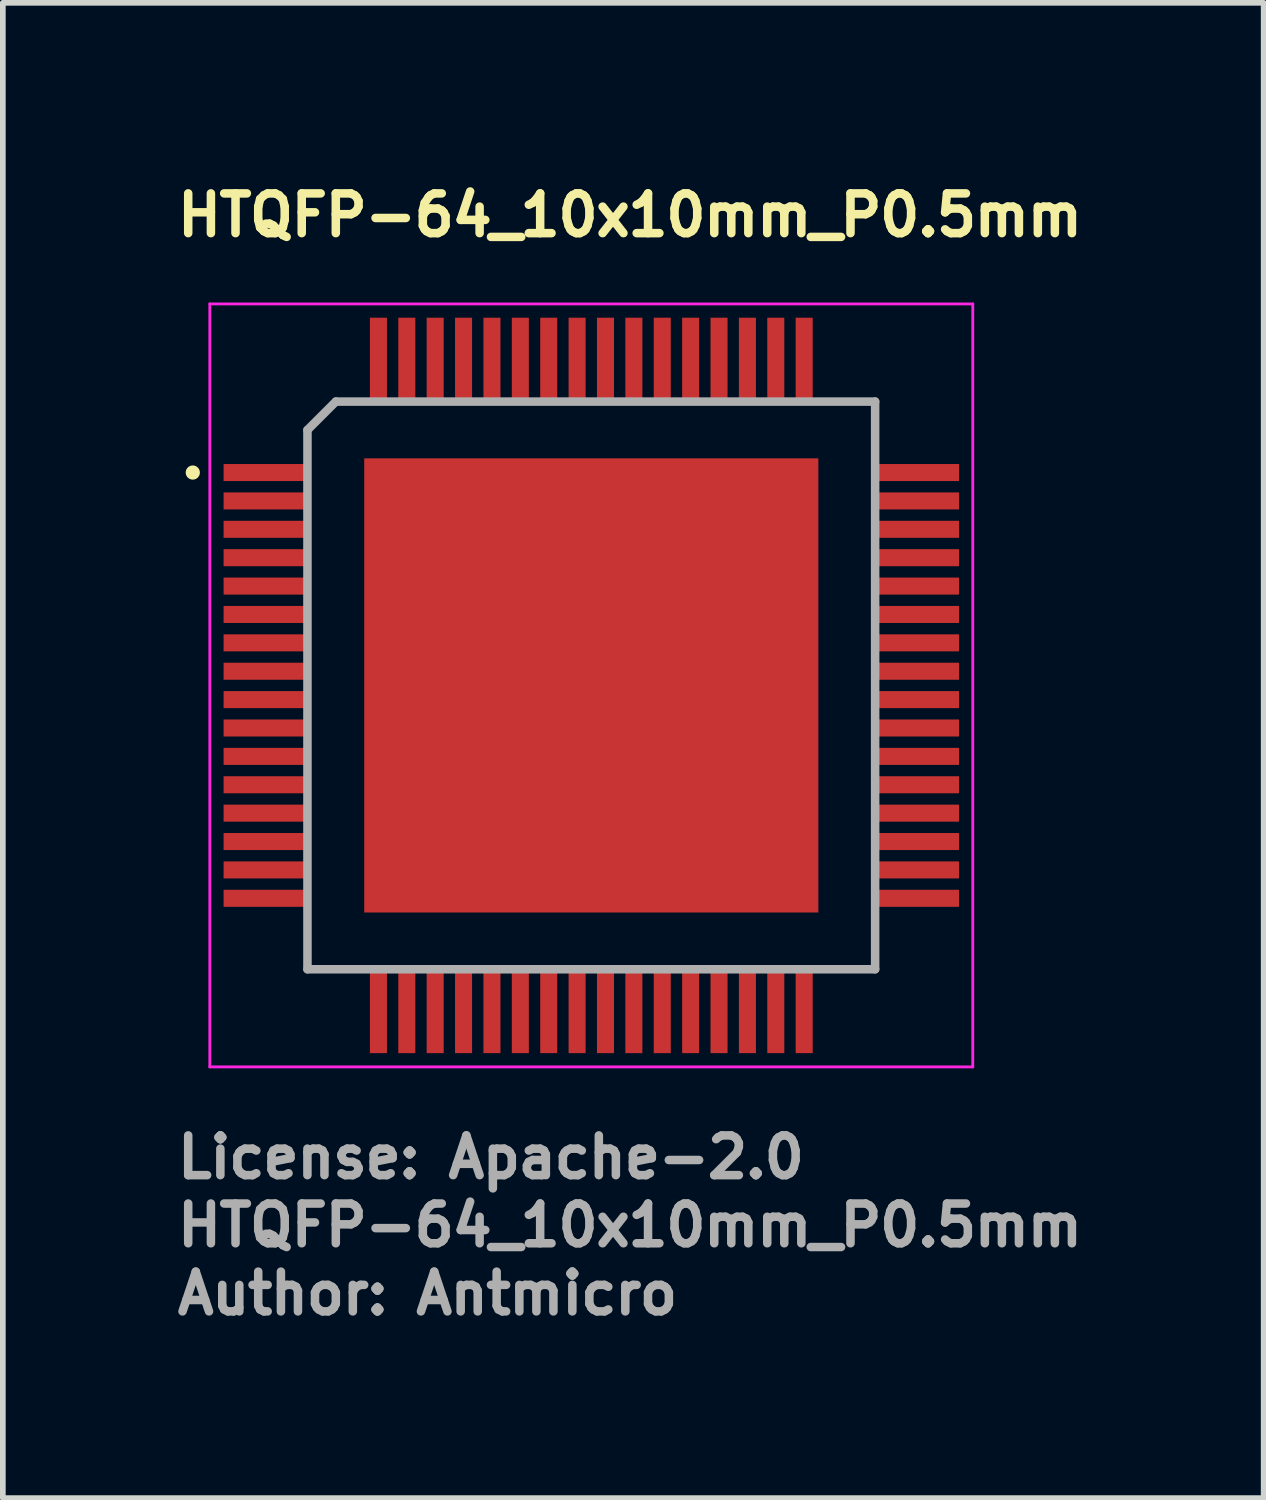
<source format=kicad_pcb>
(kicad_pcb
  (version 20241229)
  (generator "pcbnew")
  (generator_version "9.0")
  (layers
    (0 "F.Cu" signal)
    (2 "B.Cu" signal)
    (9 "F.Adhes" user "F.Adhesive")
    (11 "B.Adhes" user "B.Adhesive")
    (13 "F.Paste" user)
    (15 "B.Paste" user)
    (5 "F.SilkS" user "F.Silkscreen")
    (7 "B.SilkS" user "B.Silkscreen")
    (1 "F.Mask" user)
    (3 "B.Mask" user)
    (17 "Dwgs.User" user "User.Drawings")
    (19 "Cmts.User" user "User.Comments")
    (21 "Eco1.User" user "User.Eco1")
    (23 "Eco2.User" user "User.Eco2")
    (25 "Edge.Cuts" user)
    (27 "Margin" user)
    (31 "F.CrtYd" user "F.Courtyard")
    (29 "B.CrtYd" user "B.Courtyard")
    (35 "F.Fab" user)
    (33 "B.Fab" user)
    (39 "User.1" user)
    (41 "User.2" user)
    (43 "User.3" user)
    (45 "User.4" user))
  (footprint "HTQFP-64_10x10mm_P0.5mm"
    (layer "F.Cu")
    (at 7.366 9.024)
    (property "Reference" "HTQFP-64_10x10mm_P0.5mm" (at -7.366 -7.874 0) (layer "F.SilkS") (effects (font (size 0.7 0.7) (thickness 0.15)) (justify left bottom)))
    (attr smd)
    (fp_circle (center -7.02 -3.75) (end -6.97 -3.75) (stroke (width 0.15) (type solid)) (fill yes) (layer "F.SilkS"))
    (fp_line (start -6.72 -6.72) (end 6.72 -6.72) (stroke (width 0.05) (type solid)) (layer "F.CrtYd"))
    (fp_line (start -6.72 6.72) (end -6.72 -6.72) (stroke (width 0.05) (type solid)) (layer "F.CrtYd"))
    (fp_line (start 6.72 -6.72) (end 6.72 6.72) (stroke (width 0.05) (type solid)) (layer "F.CrtYd"))
    (fp_line (start 6.72 6.72) (end -6.72 6.72) (stroke (width 0.05) (type solid)) (layer "F.CrtYd"))
    (fp_line (start -5 -4.5) (end -4.5 -5) (stroke (width 0.15) (type solid)) (layer "F.Fab"))
    (fp_line (start -5 5) (end -5 -4.5) (stroke (width 0.15) (type solid)) (layer "F.Fab"))
    (fp_line (start -4.5 -5) (end 5 -5) (stroke (width 0.15) (type solid)) (layer "F.Fab"))
    (fp_line (start 5 -5) (end 5 5) (stroke (width 0.15) (type solid)) (layer "F.Fab"))
    (fp_line (start 5 5) (end -5 5) (stroke (width 0.15) (type solid)) (layer "F.Fab"))
    (fp_rect (start -6.731 -6.731) (end 6.731 6.731) (stroke (width 0.1) (type solid)) (fill no) (layer "User.5"))
    (fp_line (start -6.015 -3.86) (end -6.015 -3.64) (stroke (width 0.02) (type solid)) (layer "User.9"))
    (fp_line (start -6.015 -3.36) (end -6.015 -3.14) (stroke (width 0.02) (type solid)) (layer "User.9"))
    (fp_line (start -6.015 -2.86) (end -6.015 -2.64) (stroke (width 0.02) (type solid)) (layer "User.9"))
    (fp_line (start -6.015 -2.36) (end -6.015 -2.14) (stroke (width 0.02) (type solid)) (layer "User.9"))
    (fp_line (start -6.015 -1.86) (end -6.015 -1.64) (stroke (width 0.02) (type solid)) (layer "User.9"))
    (fp_line (start -6.015 -1.36) (end -6.015 -1.14) (stroke (width 0.02) (type solid)) (layer "User.9"))
    (fp_line (start -6.015 -0.86) (end -6.015 -0.64) (stroke (width 0.02) (type solid)) (layer "User.9"))
    (fp_line (start -6.015 -0.36) (end -6.015 -0.14) (stroke (width 0.02) (type solid)) (layer "User.9"))
    (fp_line (start -6.015 0.14) (end -6.015 0.36) (stroke (width 0.02) (type solid)) (layer "User.9"))
    (fp_line (start -6.015 0.64) (end -6.015 0.86) (stroke (width 0.02) (type solid)) (layer "User.9"))
    (fp_line (start -6.015 1.14) (end -6.015 1.36) (stroke (width 0.02) (type solid)) (layer "User.9"))
    (fp_line (start -6.015 1.64) (end -6.015 1.86) (stroke (width 0.02) (type solid)) (layer "User.9"))
    (fp_line (start -6.015 2.14) (end -6.015 2.36) (stroke (width 0.02) (type solid)) (layer "User.9"))
    (fp_line (start -6.015 2.64) (end -6.015 2.86) (stroke (width 0.02) (type solid)) (layer "User.9"))
    (fp_line (start -6.015 3.14) (end -6.015 3.36) (stroke (width 0.02) (type solid)) (layer "User.9"))
    (fp_line (start -6.015 3.64) (end -6.015 3.86) (stroke (width 0.02) (type solid)) (layer "User.9"))
    (fp_line (start -5.597 -3.86) (end -6.015 -3.86) (stroke (width 0.02) (type solid)) (layer "User.9"))
    (fp_line (start -5.597 -3.86) (end -5.528 -3.86) (stroke (width 0.02) (type solid)) (layer "User.9"))
    (fp_line (start -5.597 -3.64) (end -6.015 -3.64) (stroke (width 0.02) (type solid)) (layer "User.9"))
    (fp_line (start -5.597 -3.64) (end -5.528 -3.64) (stroke (width 0.02) (type solid)) (layer "User.9"))
    (fp_line (start -5.597 -3.36) (end -6.015 -3.36) (stroke (width 0.02) (type solid)) (layer "User.9"))
    (fp_line (start -5.597 -3.36) (end -5.528 -3.36) (stroke (width 0.02) (type solid)) (layer "User.9"))
    (fp_line (start -5.597 -3.14) (end -6.015 -3.14) (stroke (width 0.02) (type solid)) (layer "User.9"))
    (fp_line (start -5.597 -3.14) (end -5.528 -3.14) (stroke (width 0.02) (type solid)) (layer "User.9"))
    (fp_line (start -5.597 -2.86) (end -6.015 -2.86) (stroke (width 0.02) (type solid)) (layer "User.9"))
    (fp_line (start -5.597 -2.86) (end -5.528 -2.86) (stroke (width 0.02) (type solid)) (layer "User.9"))
    (fp_line (start -5.597 -2.64) (end -6.015 -2.64) (stroke (width 0.02) (type solid)) (layer "User.9"))
    (fp_line (start -5.597 -2.64) (end -5.528 -2.64) (stroke (width 0.02) (type solid)) (layer "User.9"))
    (fp_line (start -5.597 -2.36) (end -6.015 -2.36) (stroke (width 0.02) (type solid)) (layer "User.9"))
    (fp_line (start -5.597 -2.36) (end -5.528 -2.36) (stroke (width 0.02) (type solid)) (layer "User.9"))
    (fp_line (start -5.597 -2.14) (end -6.015 -2.14) (stroke (width 0.02) (type solid)) (layer "User.9"))
    (fp_line (start -5.597 -2.14) (end -5.528 -2.14) (stroke (width 0.02) (type solid)) (layer "User.9"))
    (fp_line (start -5.597 -1.86) (end -6.015 -1.86) (stroke (width 0.02) (type solid)) (layer "User.9"))
    (fp_line (start -5.597 -1.86) (end -5.528 -1.86) (stroke (width 0.02) (type solid)) (layer "User.9"))
    (fp_line (start -5.597 -1.64) (end -6.015 -1.64) (stroke (width 0.02) (type solid)) (layer "User.9"))
    (fp_line (start -5.597 -1.64) (end -5.528 -1.64) (stroke (width 0.02) (type solid)) (layer "User.9"))
    (fp_line (start -5.597 -1.36) (end -6.015 -1.36) (stroke (width 0.02) (type solid)) (layer "User.9"))
    (fp_line (start -5.597 -1.36) (end -5.528 -1.36) (stroke (width 0.02) (type solid)) (layer "User.9"))
    (fp_line (start -5.597 -1.14) (end -6.015 -1.14) (stroke (width 0.02) (type solid)) (layer "User.9"))
    (fp_line (start -5.597 -1.14) (end -5.528 -1.14) (stroke (width 0.02) (type solid)) (layer "User.9"))
    (fp_line (start -5.597 -0.86) (end -6.015 -0.86) (stroke (width 0.02) (type solid)) (layer "User.9"))
    (fp_line (start -5.597 -0.86) (end -5.528 -0.86) (stroke (width 0.02) (type solid)) (layer "User.9"))
    (fp_line (start -5.597 -0.64) (end -6.015 -0.64) (stroke (width 0.02) (type solid)) (layer "User.9"))
    (fp_line (start -5.597 -0.64) (end -5.528 -0.64) (stroke (width 0.02) (type solid)) (layer "User.9"))
    (fp_line (start -5.597 -0.36) (end -6.015 -0.36) (stroke (width 0.02) (type solid)) (layer "User.9"))
    (fp_line (start -5.597 -0.36) (end -5.528 -0.36) (stroke (width 0.02) (type solid)) (layer "User.9"))
    (fp_line (start -5.597 -0.14) (end -6.015 -0.14) (stroke (width 0.02) (type solid)) (layer "User.9"))
    (fp_line (start -5.597 -0.14) (end -5.528 -0.14) (stroke (width 0.02) (type solid)) (layer "User.9"))
    (fp_line (start -5.597 0.14) (end -6.015 0.14) (stroke (width 0.02) (type solid)) (layer "User.9"))
    (fp_line (start -5.597 0.14) (end -5.528 0.14) (stroke (width 0.02) (type solid)) (layer "User.9"))
    (fp_line (start -5.597 0.36) (end -6.015 0.36) (stroke (width 0.02) (type solid)) (layer "User.9"))
    (fp_line (start -5.597 0.36) (end -5.528 0.36) (stroke (width 0.02) (type solid)) (layer "User.9"))
    (fp_line (start -5.597 0.64) (end -6.015 0.64) (stroke (width 0.02) (type solid)) (layer "User.9"))
    (fp_line (start -5.597 0.64) (end -5.528 0.64) (stroke (width 0.02) (type solid)) (layer "User.9"))
    (fp_line (start -5.597 0.86) (end -6.015 0.86) (stroke (width 0.02) (type solid)) (layer "User.9"))
    (fp_line (start -5.597 0.86) (end -5.528 0.86) (stroke (width 0.02) (type solid)) (layer "User.9"))
    (fp_line (start -5.597 1.14) (end -6.015 1.14) (stroke (width 0.02) (type solid)) (layer "User.9"))
    (fp_line (start -5.597 1.14) (end -5.528 1.14) (stroke (width 0.02) (type solid)) (layer "User.9"))
    (fp_line (start -5.597 1.36) (end -6.015 1.36) (stroke (width 0.02) (type solid)) (layer "User.9"))
    (fp_line (start -5.597 1.36) (end -5.528 1.36) (stroke (width 0.02) (type solid)) (layer "User.9"))
    (fp_line (start -5.597 1.64) (end -6.015 1.64) (stroke (width 0.02) (type solid)) (layer "User.9"))
    (fp_line (start -5.597 1.64) (end -5.528 1.64) (stroke (width 0.02) (type solid)) (layer "User.9"))
    (fp_line (start -5.597 1.86) (end -6.015 1.86) (stroke (width 0.02) (type solid)) (layer "User.9"))
    (fp_line (start -5.597 1.86) (end -5.528 1.86) (stroke (width 0.02) (type solid)) (layer "User.9"))
    (fp_line (start -5.597 2.14) (end -6.015 2.14) (stroke (width 0.02) (type solid)) (layer "User.9"))
    (fp_line (start -5.597 2.14) (end -5.528 2.14) (stroke (width 0.02) (type solid)) (layer "User.9"))
    (fp_line (start -5.597 2.36) (end -6.015 2.36) (stroke (width 0.02) (type solid)) (layer "User.9"))
    (fp_line (start -5.597 2.36) (end -5.528 2.36) (stroke (width 0.02) (type solid)) (layer "User.9"))
    (fp_line (start -5.597 2.64) (end -6.015 2.64) (stroke (width 0.02) (type solid)) (layer "User.9"))
    (fp_line (start -5.597 2.64) (end -5.528 2.64) (stroke (width 0.02) (type solid)) (layer "User.9"))
    (fp_line (start -5.597 2.86) (end -6.015 2.86) (stroke (width 0.02) (type solid)) (layer "User.9"))
    (fp_line (start -5.597 2.86) (end -5.528 2.86) (stroke (width 0.02) (type solid)) (layer "User.9"))
    (fp_line (start -5.597 3.14) (end -6.015 3.14) (stroke (width 0.02) (type solid)) (layer "User.9"))
    (fp_line (start -5.597 3.14) (end -5.528 3.14) (stroke (width 0.02) (type solid)) (layer "User.9"))
    (fp_line (start -5.597 3.36) (end -6.015 3.36) (stroke (width 0.02) (type solid)) (layer "User.9"))
    (fp_line (start -5.597 3.36) (end -5.528 3.36) (stroke (width 0.02) (type solid)) (layer "User.9"))
    (fp_line (start -5.597 3.64) (end -6.015 3.64) (stroke (width 0.02) (type solid)) (layer "User.9"))
    (fp_line (start -5.597 3.64) (end -5.528 3.64) (stroke (width 0.02) (type solid)) (layer "User.9"))
    (fp_line (start -5.597 3.86) (end -6.015 3.86) (stroke (width 0.02) (type solid)) (layer "User.9"))
    (fp_line (start -5.597 3.86) (end -5.528 3.86) (stroke (width 0.02) (type solid)) (layer "User.9"))
    (fp_line (start -5.528 -3.86) (end -5.508 -3.86) (stroke (width 0.02) (type solid)) (layer "User.9"))
    (fp_line (start -5.528 -3.36) (end -5.508 -3.36) (stroke (width 0.02) (type solid)) (layer "User.9"))
    (fp_line (start -5.528 -2.86) (end -5.508 -2.86) (stroke (width 0.02) (type solid)) (layer "User.9"))
    (fp_line (start -5.528 -2.36) (end -5.508 -2.36) (stroke (width 0.02) (type solid)) (layer "User.9"))
    (fp_line (start -5.528 -1.86) (end -5.508 -1.86) (stroke (width 0.02) (type solid)) (layer "User.9"))
    (fp_line (start -5.528 -1.36) (end -5.508 -1.36) (stroke (width 0.02) (type solid)) (layer "User.9"))
    (fp_line (start -5.528 -0.86) (end -5.508 -0.86) (stroke (width 0.02) (type solid)) (layer "User.9"))
    (fp_line (start -5.528 -0.36) (end -5.508 -0.36) (stroke (width 0.02) (type solid)) (layer "User.9"))
    (fp_line (start -5.528 0.14) (end -5.508 0.14) (stroke (width 0.02) (type solid)) (layer "User.9"))
    (fp_line (start -5.528 0.64) (end -5.508 0.64) (stroke (width 0.02) (type solid)) (layer "User.9"))
    (fp_line (start -5.528 1.14) (end -5.508 1.14) (stroke (width 0.02) (type solid)) (layer "User.9"))
    (fp_line (start -5.528 1.64) (end -5.508 1.64) (stroke (width 0.02) (type solid)) (layer "User.9"))
    (fp_line (start -5.528 2.14) (end -5.508 2.14) (stroke (width 0.02) (type solid)) (layer "User.9"))
    (fp_line (start -5.528 2.64) (end -5.508 2.64) (stroke (width 0.02) (type solid)) (layer "User.9"))
    (fp_line (start -5.528 3.14) (end -5.508 3.14) (stroke (width 0.02) (type solid)) (layer "User.9"))
    (fp_line (start -5.528 3.64) (end -5.508 3.64) (stroke (width 0.02) (type solid)) (layer "User.9"))
    (fp_line (start -5.508 -3.86) (end -5.302 -3.86) (stroke (width 0.02) (type solid)) (layer "User.9"))
    (fp_line (start -5.508 -3.64) (end -5.528 -3.64) (stroke (width 0.02) (type solid)) (layer "User.9"))
    (fp_line (start -5.508 -3.64) (end -5.302 -3.64) (stroke (width 0.02) (type solid)) (layer "User.9"))
    (fp_line (start -5.508 -3.36) (end -5.302 -3.36) (stroke (width 0.02) (type solid)) (layer "User.9"))
    (fp_line (start -5.508 -3.14) (end -5.528 -3.14) (stroke (width 0.02) (type solid)) (layer "User.9"))
    (fp_line (start -5.508 -3.14) (end -5.302 -3.14) (stroke (width 0.02) (type solid)) (layer "User.9"))
    (fp_line (start -5.508 -2.86) (end -5.302 -2.86) (stroke (width 0.02) (type solid)) (layer "User.9"))
    (fp_line (start -5.508 -2.64) (end -5.528 -2.64) (stroke (width 0.02) (type solid)) (layer "User.9"))
    (fp_line (start -5.508 -2.64) (end -5.302 -2.64) (stroke (width 0.02) (type solid)) (layer "User.9"))
    (fp_line (start -5.508 -2.36) (end -5.302 -2.36) (stroke (width 0.02) (type solid)) (layer "User.9"))
    (fp_line (start -5.508 -2.14) (end -5.528 -2.14) (stroke (width 0.02) (type solid)) (layer "User.9"))
    (fp_line (start -5.508 -2.14) (end -5.302 -2.14) (stroke (width 0.02) (type solid)) (layer "User.9"))
    (fp_line (start -5.508 -1.86) (end -5.302 -1.86) (stroke (width 0.02) (type solid)) (layer "User.9"))
    (fp_line (start -5.508 -1.64) (end -5.528 -1.64) (stroke (width 0.02) (type solid)) (layer "User.9"))
    (fp_line (start -5.508 -1.64) (end -5.302 -1.64) (stroke (width 0.02) (type solid)) (layer "User.9"))
    (fp_line (start -5.508 -1.36) (end -5.302 -1.36) (stroke (width 0.02) (type solid)) (layer "User.9"))
    (fp_line (start -5.508 -1.14) (end -5.528 -1.14) (stroke (width 0.02) (type solid)) (layer "User.9"))
    (fp_line (start -5.508 -1.14) (end -5.302 -1.14) (stroke (width 0.02) (type solid)) (layer "User.9"))
    (fp_line (start -5.508 -0.86) (end -5.302 -0.86) (stroke (width 0.02) (type solid)) (layer "User.9"))
    (fp_line (start -5.508 -0.64) (end -5.528 -0.64) (stroke (width 0.02) (type solid)) (layer "User.9"))
    (fp_line (start -5.508 -0.64) (end -5.302 -0.64) (stroke (width 0.02) (type solid)) (layer "User.9"))
    (fp_line (start -5.508 -0.36) (end -5.302 -0.36) (stroke (width 0.02) (type solid)) (layer "User.9"))
    (fp_line (start -5.508 -0.14) (end -5.528 -0.14) (stroke (width 0.02) (type solid)) (layer "User.9"))
    (fp_line (start -5.508 -0.14) (end -5.302 -0.14) (stroke (width 0.02) (type solid)) (layer "User.9"))
    (fp_line (start -5.508 0.14) (end -5.302 0.14) (stroke (width 0.02) (type solid)) (layer "User.9"))
    (fp_line (start -5.508 0.36) (end -5.528 0.36) (stroke (width 0.02) (type solid)) (layer "User.9"))
    (fp_line (start -5.508 0.36) (end -5.302 0.36) (stroke (width 0.02) (type solid)) (layer "User.9"))
    (fp_line (start -5.508 0.64) (end -5.302 0.64) (stroke (width 0.02) (type solid)) (layer "User.9"))
    (fp_line (start -5.508 0.86) (end -5.528 0.86) (stroke (width 0.02) (type solid)) (layer "User.9"))
    (fp_line (start -5.508 0.86) (end -5.302 0.86) (stroke (width 0.02) (type solid)) (layer "User.9"))
    (fp_line (start -5.508 1.14) (end -5.302 1.14) (stroke (width 0.02) (type solid)) (layer "User.9"))
    (fp_line (start -5.508 1.36) (end -5.528 1.36) (stroke (width 0.02) (type solid)) (layer "User.9"))
    (fp_line (start -5.508 1.36) (end -5.302 1.36) (stroke (width 0.02) (type solid)) (layer "User.9"))
    (fp_line (start -5.508 1.64) (end -5.302 1.64) (stroke (width 0.02) (type solid)) (layer "User.9"))
    (fp_line (start -5.508 1.86) (end -5.528 1.86) (stroke (width 0.02) (type solid)) (layer "User.9"))
    (fp_line (start -5.508 1.86) (end -5.302 1.86) (stroke (width 0.02) (type solid)) (layer "User.9"))
    (fp_line (start -5.508 2.14) (end -5.302 2.14) (stroke (width 0.02) (type solid)) (layer "User.9"))
    (fp_line (start -5.508 2.36) (end -5.528 2.36) (stroke (width 0.02) (type solid)) (layer "User.9"))
    (fp_line (start -5.508 2.36) (end -5.302 2.36) (stroke (width 0.02) (type solid)) (layer "User.9"))
    (fp_line (start -5.508 2.64) (end -5.302 2.64) (stroke (width 0.02) (type solid)) (layer "User.9"))
    (fp_line (start -5.508 2.86) (end -5.528 2.86) (stroke (width 0.02) (type solid)) (layer "User.9"))
    (fp_line (start -5.508 2.86) (end -5.302 2.86) (stroke (width 0.02) (type solid)) (layer "User.9"))
    (fp_line (start -5.508 3.14) (end -5.302 3.14) (stroke (width 0.02) (type solid)) (layer "User.9"))
    (fp_line (start -5.508 3.36) (end -5.528 3.36) (stroke (width 0.02) (type solid)) (layer "User.9"))
    (fp_line (start -5.508 3.36) (end -5.302 3.36) (stroke (width 0.02) (type solid)) (layer "User.9"))
    (fp_line (start -5.508 3.64) (end -5.302 3.64) (stroke (width 0.02) (type solid)) (layer "User.9"))
    (fp_line (start -5.508 3.86) (end -5.528 3.86) (stroke (width 0.02) (type solid)) (layer "User.9"))
    (fp_line (start -5.508 3.86) (end -5.302 3.86) (stroke (width 0.02) (type solid)) (layer "User.9"))
    (fp_line (start -5 -4.454) (end -5 -4.448) (stroke (width 0.02) (type solid)) (layer "User.9"))
    (fp_line (start -5 -4.448) (end -5 4.448) (stroke (width 0.02) (type solid)) (layer "User.9"))
    (fp_line (start -5 -3.86) (end -5.302 -3.86) (stroke (width 0.02) (type solid)) (layer "User.9"))
    (fp_line (start -5 -3.86) (end -5 -3.64) (stroke (width 0.02) (type solid)) (layer "User.9"))
    (fp_line (start -5 -3.64) (end -5.302 -3.64) (stroke (width 0.02) (type solid)) (layer "User.9"))
    (fp_line (start -5 -3.36) (end -5.302 -3.36) (stroke (width 0.02) (type solid)) (layer "User.9"))
    (fp_line (start -5 -3.36) (end -5 -3.14) (stroke (width 0.02) (type solid)) (layer "User.9"))
    (fp_line (start -5 -3.14) (end -5.302 -3.14) (stroke (width 0.02) (type solid)) (layer "User.9"))
    (fp_line (start -5 -2.86) (end -5.302 -2.86) (stroke (width 0.02) (type solid)) (layer "User.9"))
    (fp_line (start -5 -2.86) (end -5 -2.64) (stroke (width 0.02) (type solid)) (layer "User.9"))
    (fp_line (start -5 -2.64) (end -5.302 -2.64) (stroke (width 0.02) (type solid)) (layer "User.9"))
    (fp_line (start -5 -2.36) (end -5.302 -2.36) (stroke (width 0.02) (type solid)) (layer "User.9"))
    (fp_line (start -5 -2.36) (end -5 -2.14) (stroke (width 0.02) (type solid)) (layer "User.9"))
    (fp_line (start -5 -2.14) (end -5.302 -2.14) (stroke (width 0.02) (type solid)) (layer "User.9"))
    (fp_line (start -5 -1.86) (end -5.302 -1.86) (stroke (width 0.02) (type solid)) (layer "User.9"))
    (fp_line (start -5 -1.86) (end -5 -1.64) (stroke (width 0.02) (type solid)) (layer "User.9"))
    (fp_line (start -5 -1.64) (end -5.302 -1.64) (stroke (width 0.02) (type solid)) (layer "User.9"))
    (fp_line (start -5 -1.36) (end -5.302 -1.36) (stroke (width 0.02) (type solid)) (layer "User.9"))
    (fp_line (start -5 -1.36) (end -5 -1.14) (stroke (width 0.02) (type solid)) (layer "User.9"))
    (fp_line (start -5 -1.14) (end -5.302 -1.14) (stroke (width 0.02) (type solid)) (layer "User.9"))
    (fp_line (start -5 -0.86) (end -5.302 -0.86) (stroke (width 0.02) (type solid)) (layer "User.9"))
    (fp_line (start -5 -0.86) (end -5 -0.64) (stroke (width 0.02) (type solid)) (layer "User.9"))
    (fp_line (start -5 -0.64) (end -5.302 -0.64) (stroke (width 0.02) (type solid)) (layer "User.9"))
    (fp_line (start -5 -0.36) (end -5.302 -0.36) (stroke (width 0.02) (type solid)) (layer "User.9"))
    (fp_line (start -5 -0.36) (end -5 -0.14) (stroke (width 0.02) (type solid)) (layer "User.9"))
    (fp_line (start -5 -0.14) (end -5.302 -0.14) (stroke (width 0.02) (type solid)) (layer "User.9"))
    (fp_line (start -5 0.14) (end -5.302 0.14) (stroke (width 0.02) (type solid)) (layer "User.9"))
    (fp_line (start -5 0.14) (end -5 0.36) (stroke (width 0.02) (type solid)) (layer "User.9"))
    (fp_line (start -5 0.36) (end -5.302 0.36) (stroke (width 0.02) (type solid)) (layer "User.9"))
    (fp_line (start -5 0.64) (end -5.302 0.64) (stroke (width 0.02) (type solid)) (layer "User.9"))
    (fp_line (start -5 0.64) (end -5 0.86) (stroke (width 0.02) (type solid)) (layer "User.9"))
    (fp_line (start -5 0.86) (end -5.302 0.86) (stroke (width 0.02) (type solid)) (layer "User.9"))
    (fp_line (start -5 1.14) (end -5.302 1.14) (stroke (width 0.02) (type solid)) (layer "User.9"))
    (fp_line (start -5 1.14) (end -5 1.36) (stroke (width 0.02) (type solid)) (layer "User.9"))
    (fp_line (start -5 1.36) (end -5.302 1.36) (stroke (width 0.02) (type solid)) (layer "User.9"))
    (fp_line (start -5 1.64) (end -5.302 1.64) (stroke (width 0.02) (type solid)) (layer "User.9"))
    (fp_line (start -5 1.64) (end -5 1.86) (stroke (width 0.02) (type solid)) (layer "User.9"))
    (fp_line (start -5 1.86) (end -5.302 1.86) (stroke (width 0.02) (type solid)) (layer "User.9"))
    (fp_line (start -5 2.14) (end -5.302 2.14) (stroke (width 0.02) (type solid)) (layer "User.9"))
    (fp_line (start -5 2.14) (end -5 2.36) (stroke (width 0.02) (type solid)) (layer "User.9"))
    (fp_line (start -5 2.36) (end -5.302 2.36) (stroke (width 0.02) (type solid)) (layer "User.9"))
    (fp_line (start -5 2.64) (end -5.302 2.64) (stroke (width 0.02) (type solid)) (layer "User.9"))
    (fp_line (start -5 2.64) (end -5 2.86) (stroke (width 0.02) (type solid)) (layer "User.9"))
    (fp_line (start -5 2.86) (end -5.302 2.86) (stroke (width 0.02) (type solid)) (layer "User.9"))
    (fp_line (start -5 3.14) (end -5.302 3.14) (stroke (width 0.02) (type solid)) (layer "User.9"))
    (fp_line (start -5 3.14) (end -5 3.36) (stroke (width 0.02) (type solid)) (layer "User.9"))
    (fp_line (start -5 3.36) (end -5.302 3.36) (stroke (width 0.02) (type solid)) (layer "User.9"))
    (fp_line (start -5 3.64) (end -5.302 3.64) (stroke (width 0.02) (type solid)) (layer "User.9"))
    (fp_line (start -5 3.64) (end -5 3.86) (stroke (width 0.02) (type solid)) (layer "User.9"))
    (fp_line (start -5 3.86) (end -5.302 3.86) (stroke (width 0.02) (type solid)) (layer "User.9"))
    (fp_line (start -5 4.454) (end -5 4.448) (stroke (width 0.02) (type solid)) (layer "User.9"))
    (fp_line (start -4.999 -4.461) (end -5 -4.454) (stroke (width 0.02) (type solid)) (layer "User.9"))
    (fp_line (start -4.999 4.461) (end -5 4.454) (stroke (width 0.02) (type solid)) (layer "User.9"))
    (fp_line (start -4.998 -4.467) (end -4.999 -4.461) (stroke (width 0.02) (type solid)) (layer "User.9"))
    (fp_line (start -4.998 4.467) (end -4.999 4.461) (stroke (width 0.02) (type solid)) (layer "User.9"))
    (fp_line (start -4.997 -4.473) (end -4.998 -4.467) (stroke (width 0.02) (type solid)) (layer "User.9"))
    (fp_line (start -4.997 4.473) (end -4.998 4.467) (stroke (width 0.02) (type solid)) (layer "User.9"))
    (fp_line (start -4.996 -4.479) (end -4.997 -4.473) (stroke (width 0.02) (type solid)) (layer "User.9"))
    (fp_line (start -4.996 4.479) (end -4.997 4.473) (stroke (width 0.02) (type solid)) (layer "User.9"))
    (fp_line (start -4.994 -4.485) (end -4.996 -4.479) (stroke (width 0.02) (type solid)) (layer "User.9"))
    (fp_line (start -4.994 4.485) (end -4.996 4.479) (stroke (width 0.02) (type solid)) (layer "User.9"))
    (fp_line (start -4.992 -4.49) (end -4.994 -4.485) (stroke (width 0.02) (type solid)) (layer "User.9"))
    (fp_line (start -4.992 4.49) (end -4.994 4.485) (stroke (width 0.02) (type solid)) (layer "User.9"))
    (fp_line (start -4.99 -4.496) (end -4.992 -4.49) (stroke (width 0.02) (type solid)) (layer "User.9"))
    (fp_line (start -4.99 4.496) (end -4.992 4.49) (stroke (width 0.02) (type solid)) (layer "User.9"))
    (fp_line (start -4.988 -4.501) (end -4.99 -4.496) (stroke (width 0.02) (type solid)) (layer "User.9"))
    (fp_line (start -4.988 4.502) (end -4.99 4.496) (stroke (width 0.02) (type solid)) (layer "User.9"))
    (fp_line (start -4.985 -4.507) (end -4.988 -4.501) (stroke (width 0.02) (type solid)) (layer "User.9"))
    (fp_line (start -4.985 4.507) (end -4.988 4.502) (stroke (width 0.02) (type solid)) (layer "User.9"))
    (fp_line (start -4.982 -4.512) (end -4.985 -4.507) (stroke (width 0.02) (type solid)) (layer "User.9"))
    (fp_line (start -4.982 4.512) (end -4.985 4.507) (stroke (width 0.02) (type solid)) (layer "User.9"))
    (fp_line (start -4.979 -4.517) (end -4.982 -4.512) (stroke (width 0.02) (type solid)) (layer "User.9"))
    (fp_line (start -4.979 4.517) (end -4.982 4.512) (stroke (width 0.02) (type solid)) (layer "User.9"))
    (fp_line (start -4.975 -4.522) (end -4.979 -4.517) (stroke (width 0.02) (type solid)) (layer "User.9"))
    (fp_line (start -4.975 4.522) (end -4.979 4.517) (stroke (width 0.02) (type solid)) (layer "User.9"))
    (fp_line (start -4.972 -4.527) (end -4.975 -4.522) (stroke (width 0.02) (type solid)) (layer "User.9"))
    (fp_line (start -4.972 4.527) (end -4.975 4.522) (stroke (width 0.02) (type solid)) (layer "User.9"))
    (fp_line (start -4.968 -4.532) (end -4.972 -4.527) (stroke (width 0.02) (type solid)) (layer "User.9"))
    (fp_line (start -4.968 4.532) (end -4.972 4.527) (stroke (width 0.02) (type solid)) (layer "User.9"))
    (fp_line (start -4.963 -4.537) (end -4.968 -4.532) (stroke (width 0.02) (type solid)) (layer "User.9"))
    (fp_line (start -4.963 -4.537) (end -4.537 -4.963) (stroke (width 0.02) (type solid)) (layer "User.9"))
    (fp_line (start -4.963 4.537) (end -4.968 4.532) (stroke (width 0.02) (type solid)) (layer "User.9"))
    (fp_line (start -4.537 -4.963) (end -4.532 -4.968) (stroke (width 0.02) (type solid)) (layer "User.9"))
    (fp_line (start -4.537 4.963) (end -4.963 4.537) (stroke (width 0.02) (type solid)) (layer "User.9"))
    (fp_line (start -4.537 4.963) (end -4.532 4.968) (stroke (width 0.02) (type solid)) (layer "User.9"))
    (fp_line (start -4.532 -4.968) (end -4.527 -4.972) (stroke (width 0.02) (type solid)) (layer "User.9"))
    (fp_line (start -4.532 4.968) (end -4.527 4.972) (stroke (width 0.02) (type solid)) (layer "User.9"))
    (fp_line (start -4.527 -4.972) (end -4.522 -4.975) (stroke (width 0.02) (type solid)) (layer "User.9"))
    (fp_line (start -4.527 4.972) (end -4.522 4.975) (stroke (width 0.02) (type solid)) (layer "User.9"))
    (fp_line (start -4.522 -4.975) (end -4.517 -4.979) (stroke (width 0.02) (type solid)) (layer "User.9"))
    (fp_line (start -4.522 4.975) (end -4.517 4.979) (stroke (width 0.02) (type solid)) (layer "User.9"))
    (fp_line (start -4.517 -4.979) (end -4.512 -4.982) (stroke (width 0.02) (type solid)) (layer "User.9"))
    (fp_line (start -4.517 4.979) (end -4.512 4.982) (stroke (width 0.02) (type solid)) (layer "User.9"))
    (fp_line (start -4.512 -4.982) (end -4.507 -4.985) (stroke (width 0.02) (type solid)) (layer "User.9"))
    (fp_line (start -4.512 4.982) (end -4.507 4.985) (stroke (width 0.02) (type solid)) (layer "User.9"))
    (fp_line (start -4.507 -4.985) (end -4.501 -4.988) (stroke (width 0.02) (type solid)) (layer "User.9"))
    (fp_line (start -4.507 4.985) (end -4.502 4.988) (stroke (width 0.02) (type solid)) (layer "User.9"))
    (fp_line (start -4.502 4.988) (end -4.496 4.99) (stroke (width 0.02) (type solid)) (layer "User.9"))
    (fp_line (start -4.501 -4.988) (end -4.496 -4.99) (stroke (width 0.02) (type solid)) (layer "User.9"))
    (fp_line (start -4.496 -4.99) (end -4.49 -4.992) (stroke (width 0.02) (type solid)) (layer "User.9"))
    (fp_line (start -4.496 4.99) (end -4.49 4.992) (stroke (width 0.02) (type solid)) (layer "User.9"))
    (fp_line (start -4.49 -4.992) (end -4.485 -4.994) (stroke (width 0.02) (type solid)) (layer "User.9"))
    (fp_line (start -4.49 4.992) (end -4.485 4.994) (stroke (width 0.02) (type solid)) (layer "User.9"))
    (fp_line (start -4.485 -4.994) (end -4.479 -4.996) (stroke (width 0.02) (type solid)) (layer "User.9"))
    (fp_line (start -4.485 4.994) (end -4.479 4.996) (stroke (width 0.02) (type solid)) (layer "User.9"))
    (fp_line (start -4.479 -4.996) (end -4.473 -4.997) (stroke (width 0.02) (type solid)) (layer "User.9"))
    (fp_line (start -4.479 4.996) (end -4.473 4.997) (stroke (width 0.02) (type solid)) (layer "User.9"))
    (fp_line (start -4.473 -4.997) (end -4.467 -4.998) (stroke (width 0.02) (type solid)) (layer "User.9"))
    (fp_line (start -4.473 4.997) (end -4.467 4.998) (stroke (width 0.02) (type solid)) (layer "User.9"))
    (fp_line (start -4.467 -4.998) (end -4.461 -4.999) (stroke (width 0.02) (type solid)) (layer "User.9"))
    (fp_line (start -4.467 4.998) (end -4.461 4.999) (stroke (width 0.02) (type solid)) (layer "User.9"))
    (fp_line (start -4.461 -4.999) (end -4.454 -5) (stroke (width 0.02) (type solid)) (layer "User.9"))
    (fp_line (start -4.461 4.999) (end -4.454 5) (stroke (width 0.02) (type solid)) (layer "User.9"))
    (fp_line (start -4.454 -5) (end -4.448 -5) (stroke (width 0.02) (type solid)) (layer "User.9"))
    (fp_line (start -4.454 5) (end -4.448 5) (stroke (width 0.02) (type solid)) (layer "User.9"))
    (fp_line (start -4.448 5) (end 4.448 5) (stroke (width 0.02) (type solid)) (layer "User.9"))
    (fp_line (start -4.25 -4.008) (end -4.25 -4) (stroke (width 0.02) (type solid)) (layer "User.9"))
    (fp_line (start -4.25 -4) (end -4.249 -3.983) (stroke (width 0.02) (type solid)) (layer "User.9"))
    (fp_line (start -4.249 -4.025) (end -4.249 -4.017) (stroke (width 0.02) (type solid)) (layer "User.9"))
    (fp_line (start -4.249 -4.017) (end -4.25 -4.008) (stroke (width 0.02) (type solid)) (layer "User.9"))
    (fp_line (start -4.249 -3.983) (end -4.248 -3.967) (stroke (width 0.02) (type solid)) (layer "User.9"))
    (fp_line (start -4.248 -4.033) (end -4.249 -4.025) (stroke (width 0.02) (type solid)) (layer "User.9"))
    (fp_line (start -4.248 -3.967) (end -4.245 -3.951) (stroke (width 0.02) (type solid)) (layer "User.9"))
    (fp_line (start -4.247 -4.041) (end -4.248 -4.033) (stroke (width 0.02) (type solid)) (layer "User.9"))
    (fp_line (start -4.245 -4.049) (end -4.247 -4.041) (stroke (width 0.02) (type solid)) (layer "User.9"))
    (fp_line (start -4.245 -3.951) (end -4.241 -3.935) (stroke (width 0.02) (type solid)) (layer "User.9"))
    (fp_line (start -4.243 -4.057) (end -4.245 -4.049) (stroke (width 0.02) (type solid)) (layer "User.9"))
    (fp_line (start -4.241 -4.065) (end -4.243 -4.057) (stroke (width 0.02) (type solid)) (layer "User.9"))
    (fp_line (start -4.241 -3.935) (end -4.237 -3.919) (stroke (width 0.02) (type solid)) (layer "User.9"))
    (fp_line (start -4.239 -4.073) (end -4.241 -4.065) (stroke (width 0.02) (type solid)) (layer "User.9"))
    (fp_line (start -4.237 -4.081) (end -4.239 -4.073) (stroke (width 0.02) (type solid)) (layer "User.9"))
    (fp_line (start -4.237 -3.919) (end -4.231 -3.904) (stroke (width 0.02) (type solid)) (layer "User.9"))
    (fp_line (start -4.234 -4.088) (end -4.237 -4.081) (stroke (width 0.02) (type solid)) (layer "User.9"))
    (fp_line (start -4.231 -4.096) (end -4.234 -4.088) (stroke (width 0.02) (type solid)) (layer "User.9"))
    (fp_line (start -4.231 -3.904) (end -4.224 -3.889) (stroke (width 0.02) (type solid)) (layer "User.9"))
    (fp_line (start -4.228 -4.103) (end -4.231 -4.096) (stroke (width 0.02) (type solid)) (layer "User.9"))
    (fp_line (start -4.224 -4.111) (end -4.228 -4.103) (stroke (width 0.02) (type solid)) (layer "User.9"))
    (fp_line (start -4.224 -3.889) (end -4.217 -3.875) (stroke (width 0.02) (type solid)) (layer "User.9"))
    (fp_line (start -4.22 -4.118) (end -4.224 -4.111) (stroke (width 0.02) (type solid)) (layer "User.9"))
    (fp_line (start -4.217 -4.125) (end -4.22 -4.118) (stroke (width 0.02) (type solid)) (layer "User.9"))
    (fp_line (start -4.217 -3.875) (end -4.208 -3.861) (stroke (width 0.02) (type solid)) (layer "User.9"))
    (fp_line (start -4.212 -4.132) (end -4.217 -4.125) (stroke (width 0.02) (type solid)) (layer "User.9"))
    (fp_line (start -4.208 -4.139) (end -4.212 -4.132) (stroke (width 0.02) (type solid)) (layer "User.9"))
    (fp_line (start -4.208 -3.861) (end -4.199 -3.848) (stroke (width 0.02) (type solid)) (layer "User.9"))
    (fp_line (start -4.203 -4.145) (end -4.208 -4.139) (stroke (width 0.02) (type solid)) (layer "User.9"))
    (fp_line (start -4.199 -4.152) (end -4.203 -4.145) (stroke (width 0.02) (type solid)) (layer "User.9"))
    (fp_line (start -4.199 -3.848) (end -4.188 -3.836) (stroke (width 0.02) (type solid)) (layer "User.9"))
    (fp_line (start -4.194 -4.158) (end -4.199 -4.152) (stroke (width 0.02) (type solid)) (layer "User.9"))
    (fp_line (start -4.188 -4.164) (end -4.194 -4.158) (stroke (width 0.02) (type solid)) (layer "User.9"))
    (fp_line (start -4.188 -3.836) (end -4.177 -3.824) (stroke (width 0.02) (type solid)) (layer "User.9"))
    (fp_line (start -4.183 -4.171) (end -4.188 -4.164) (stroke (width 0.02) (type solid)) (layer "User.9"))
    (fp_line (start -4.177 -4.176) (end -4.183 -4.171) (stroke (width 0.02) (type solid)) (layer "User.9"))
    (fp_line (start -4.177 -3.824) (end -4.165 -3.812) (stroke (width 0.02) (type solid)) (layer "User.9"))
    (fp_line (start -4.171 -4.182) (end -4.177 -4.176) (stroke (width 0.02) (type solid)) (layer "User.9"))
    (fp_line (start -4.165 -4.188) (end -4.171 -4.182) (stroke (width 0.02) (type solid)) (layer "User.9"))
    (fp_line (start -4.165 -3.812) (end -4.153 -3.802) (stroke (width 0.02) (type solid)) (layer "User.9"))
    (fp_line (start -4.159 -4.193) (end -4.165 -4.188) (stroke (width 0.02) (type solid)) (layer "User.9"))
    (fp_line (start -4.153 -4.198) (end -4.159 -4.193) (stroke (width 0.02) (type solid)) (layer "User.9"))
    (fp_line (start -4.153 -3.802) (end -4.139 -3.792) (stroke (width 0.02) (type solid)) (layer "User.9"))
    (fp_line (start -4.146 -4.203) (end -4.153 -4.198) (stroke (width 0.02) (type solid)) (layer "User.9"))
    (fp_line (start -4.139 -4.208) (end -4.146 -4.203) (stroke (width 0.02) (type solid)) (layer "User.9"))
    (fp_line (start -4.139 -3.792) (end -4.125 -3.783) (stroke (width 0.02) (type solid)) (layer "User.9"))
    (fp_line (start -4.132 -4.212) (end -4.139 -4.208) (stroke (width 0.02) (type solid)) (layer "User.9"))
    (fp_line (start -4.125 -4.217) (end -4.132 -4.212) (stroke (width 0.02) (type solid)) (layer "User.9"))
    (fp_line (start -4.125 -4.217) (end -4.125 -4.217) (stroke (width 0.02) (type solid)) (layer "User.9"))
    (fp_line (start -4.125 -3.783) (end -4.125 -3.783) (stroke (width 0.02) (type solid)) (layer "User.9"))
    (fp_line (start -4.125 -3.783) (end -4.11 -3.776) (stroke (width 0.02) (type solid)) (layer "User.9"))
    (fp_line (start -4.11 -4.224) (end -4.125 -4.217) (stroke (width 0.02) (type solid)) (layer "User.9"))
    (fp_line (start -4.11 -3.776) (end -4.095 -3.769) (stroke (width 0.02) (type solid)) (layer "User.9"))
    (fp_line (start -4.095 -4.231) (end -4.11 -4.224) (stroke (width 0.02) (type solid)) (layer "User.9"))
    (fp_line (start -4.095 -3.769) (end -4.08 -3.763) (stroke (width 0.02) (type solid)) (layer "User.9"))
    (fp_line (start -4.08 -4.237) (end -4.095 -4.231) (stroke (width 0.02) (type solid)) (layer "User.9"))
    (fp_line (start -4.08 -3.763) (end -4.064 -3.758) (stroke (width 0.02) (type solid)) (layer "User.9"))
    (fp_line (start -4.064 -4.242) (end -4.08 -4.237) (stroke (width 0.02) (type solid)) (layer "User.9"))
    (fp_line (start -4.064 -3.758) (end -4.048 -3.755) (stroke (width 0.02) (type solid)) (layer "User.9"))
    (fp_line (start -4.048 -4.245) (end -4.064 -4.242) (stroke (width 0.02) (type solid)) (layer "User.9"))
    (fp_line (start -4.048 -3.755) (end -4.032 -3.752) (stroke (width 0.02) (type solid)) (layer "User.9"))
    (fp_line (start -4.032 -4.248) (end -4.048 -4.245) (stroke (width 0.02) (type solid)) (layer "User.9"))
    (fp_line (start -4.032 -3.752) (end -4.016 -3.751) (stroke (width 0.02) (type solid)) (layer "User.9"))
    (fp_line (start -4.016 -4.249) (end -4.032 -4.248) (stroke (width 0.02) (type solid)) (layer "User.9"))
    (fp_line (start -4.016 -3.751) (end -4 -3.75) (stroke (width 0.02) (type solid)) (layer "User.9"))
    (fp_line (start -4 -4.25) (end -4.016 -4.249) (stroke (width 0.02) (type solid)) (layer "User.9"))
    (fp_line (start -4 -3.75) (end -3.984 -3.751) (stroke (width 0.02) (type solid)) (layer "User.9"))
    (fp_line (start -3.984 -4.249) (end -4 -4.25) (stroke (width 0.02) (type solid)) (layer "User.9"))
    (fp_line (start -3.984 -3.751) (end -3.968 -3.752) (stroke (width 0.02) (type solid)) (layer "User.9"))
    (fp_line (start -3.968 -4.248) (end -3.984 -4.249) (stroke (width 0.02) (type solid)) (layer "User.9"))
    (fp_line (start -3.968 -3.752) (end -3.952 -3.755) (stroke (width 0.02) (type solid)) (layer "User.9"))
    (fp_line (start -3.952 -4.245) (end -3.968 -4.248) (stroke (width 0.02) (type solid)) (layer "User.9"))
    (fp_line (start -3.952 -3.755) (end -3.936 -3.758) (stroke (width 0.02) (type solid)) (layer "User.9"))
    (fp_line (start -3.936 -4.242) (end -3.952 -4.245) (stroke (width 0.02) (type solid)) (layer "User.9"))
    (fp_line (start -3.936 -3.758) (end -3.92 -3.763) (stroke (width 0.02) (type solid)) (layer "User.9"))
    (fp_line (start -3.92 -4.237) (end -3.936 -4.242) (stroke (width 0.02) (type solid)) (layer "User.9"))
    (fp_line (start -3.92 -3.763) (end -3.905 -3.769) (stroke (width 0.02) (type solid)) (layer "User.9"))
    (fp_line (start -3.905 -4.231) (end -3.92 -4.237) (stroke (width 0.02) (type solid)) (layer "User.9"))
    (fp_line (start -3.905 -3.769) (end -3.89 -3.776) (stroke (width 0.02) (type solid)) (layer "User.9"))
    (fp_line (start -3.89 -4.224) (end -3.905 -4.231) (stroke (width 0.02) (type solid)) (layer "User.9"))
    (fp_line (start -3.89 -3.776) (end -3.875 -3.783) (stroke (width 0.02) (type solid)) (layer "User.9"))
    (fp_line (start -3.875 -4.217) (end -3.89 -4.224) (stroke (width 0.02) (type solid)) (layer "User.9"))
    (fp_line (start -3.875 -4.217) (end -3.875 -4.217) (stroke (width 0.02) (type solid)) (layer "User.9"))
    (fp_line (start -3.875 -3.783) (end -3.875 -3.783) (stroke (width 0.02) (type solid)) (layer "User.9"))
    (fp_line (start -3.875 -3.783) (end -3.868 -3.788) (stroke (width 0.02) (type solid)) (layer "User.9"))
    (fp_line (start -3.868 -3.788) (end -3.861 -3.792) (stroke (width 0.02) (type solid)) (layer "User.9"))
    (fp_line (start -3.861 -4.208) (end -3.875 -4.217) (stroke (width 0.02) (type solid)) (layer "User.9"))
    (fp_line (start -3.861 -3.792) (end -3.854 -3.797) (stroke (width 0.02) (type solid)) (layer "User.9"))
    (fp_line (start -3.86 -5.597) (end -3.86 -6.015) (stroke (width 0.02) (type solid)) (layer "User.9"))
    (fp_line (start -3.86 -5.597) (end -3.86 -5.528) (stroke (width 0.02) (type solid)) (layer "User.9"))
    (fp_line (start -3.86 -5.508) (end -3.86 -5.528) (stroke (width 0.02) (type solid)) (layer "User.9"))
    (fp_line (start -3.86 -5.508) (end -3.86 -5.302) (stroke (width 0.02) (type solid)) (layer "User.9"))
    (fp_line (start -3.86 -5) (end -3.86 -5.302) (stroke (width 0.02) (type solid)) (layer "User.9"))
    (fp_line (start -3.86 5) (end -3.86 5.302) (stroke (width 0.02) (type solid)) (layer "User.9"))
    (fp_line (start -3.86 5) (end -3.64 5) (stroke (width 0.02) (type solid)) (layer "User.9"))
    (fp_line (start -3.86 5.508) (end -3.86 5.302) (stroke (width 0.02) (type solid)) (layer "User.9"))
    (fp_line (start -3.86 5.528) (end -3.86 5.508) (stroke (width 0.02) (type solid)) (layer "User.9"))
    (fp_line (start -3.86 5.597) (end -3.86 5.528) (stroke (width 0.02) (type solid)) (layer "User.9"))
    (fp_line (start -3.86 5.597) (end -3.86 6.015) (stroke (width 0.02) (type solid)) (layer "User.9"))
    (fp_line (start -3.86 6.015) (end -3.64 6.015) (stroke (width 0.02) (type solid)) (layer "User.9"))
    (fp_line (start -3.854 -3.797) (end -3.847 -3.802) (stroke (width 0.02) (type solid)) (layer "User.9"))
    (fp_line (start -3.847 -4.198) (end -3.861 -4.208) (stroke (width 0.02) (type solid)) (layer "User.9"))
    (fp_line (start -3.847 -3.802) (end -3.841 -3.807) (stroke (width 0.02) (type solid)) (layer "User.9"))
    (fp_line (start -3.841 -3.807) (end -3.835 -3.812) (stroke (width 0.02) (type solid)) (layer "User.9"))
    (fp_line (start -3.835 -4.188) (end -3.847 -4.198) (stroke (width 0.02) (type solid)) (layer "User.9"))
    (fp_line (start -3.835 -3.812) (end -3.829 -3.818) (stroke (width 0.02) (type solid)) (layer "User.9"))
    (fp_line (start -3.829 -3.818) (end -3.823 -3.824) (stroke (width 0.02) (type solid)) (layer "User.9"))
    (fp_line (start -3.823 -4.176) (end -3.835 -4.188) (stroke (width 0.02) (type solid)) (layer "User.9"))
    (fp_line (start -3.823 -3.824) (end -3.817 -3.829) (stroke (width 0.02) (type solid)) (layer "User.9"))
    (fp_line (start -3.817 -3.829) (end -3.812 -3.836) (stroke (width 0.02) (type solid)) (layer "User.9"))
    (fp_line (start -3.812 -4.164) (end -3.823 -4.176) (stroke (width 0.02) (type solid)) (layer "User.9"))
    (fp_line (start -3.812 -3.836) (end -3.806 -3.842) (stroke (width 0.02) (type solid)) (layer "User.9"))
    (fp_line (start -3.806 -3.842) (end -3.801 -3.848) (stroke (width 0.02) (type solid)) (layer "User.9"))
    (fp_line (start -3.801 -4.152) (end -3.812 -4.164) (stroke (width 0.02) (type solid)) (layer "User.9"))
    (fp_line (start -3.801 -3.848) (end -3.797 -3.855) (stroke (width 0.02) (type solid)) (layer "User.9"))
    (fp_line (start -3.797 -3.855) (end -3.792 -3.861) (stroke (width 0.02) (type solid)) (layer "User.9"))
    (fp_line (start -3.792 -4.139) (end -3.801 -4.152) (stroke (width 0.02) (type solid)) (layer "User.9"))
    (fp_line (start -3.792 -3.861) (end -3.788 -3.868) (stroke (width 0.02) (type solid)) (layer "User.9"))
    (fp_line (start -3.788 -3.868) (end -3.783 -3.875) (stroke (width 0.02) (type solid)) (layer "User.9"))
    (fp_line (start -3.783 -4.125) (end -3.792 -4.139) (stroke (width 0.02) (type solid)) (layer "User.9"))
    (fp_line (start -3.783 -3.875) (end -3.78 -3.882) (stroke (width 0.02) (type solid)) (layer "User.9"))
    (fp_line (start -3.78 -3.882) (end -3.776 -3.889) (stroke (width 0.02) (type solid)) (layer "User.9"))
    (fp_line (start -3.776 -4.111) (end -3.783 -4.125) (stroke (width 0.02) (type solid)) (layer "User.9"))
    (fp_line (start -3.776 -3.889) (end -3.772 -3.897) (stroke (width 0.02) (type solid)) (layer "User.9"))
    (fp_line (start -3.772 -3.897) (end -3.769 -3.904) (stroke (width 0.02) (type solid)) (layer "User.9"))
    (fp_line (start -3.769 -4.096) (end -3.776 -4.111) (stroke (width 0.02) (type solid)) (layer "User.9"))
    (fp_line (start -3.769 -3.904) (end -3.766 -3.912) (stroke (width 0.02) (type solid)) (layer "User.9"))
    (fp_line (start -3.766 -3.912) (end -3.763 -3.919) (stroke (width 0.02) (type solid)) (layer "User.9"))
    (fp_line (start -3.763 -4.081) (end -3.769 -4.096) (stroke (width 0.02) (type solid)) (layer "User.9"))
    (fp_line (start -3.763 -3.919) (end -3.761 -3.927) (stroke (width 0.02) (type solid)) (layer "User.9"))
    (fp_line (start -3.761 -3.927) (end -3.759 -3.935) (stroke (width 0.02) (type solid)) (layer "User.9"))
    (fp_line (start -3.759 -4.065) (end -3.763 -4.081) (stroke (width 0.02) (type solid)) (layer "User.9"))
    (fp_line (start -3.759 -3.935) (end -3.757 -3.943) (stroke (width 0.02) (type solid)) (layer "User.9"))
    (fp_line (start -3.757 -3.943) (end -3.755 -3.951) (stroke (width 0.02) (type solid)) (layer "User.9"))
    (fp_line (start -3.755 -4.049) (end -3.759 -4.065) (stroke (width 0.02) (type solid)) (layer "User.9"))
    (fp_line (start -3.755 -3.951) (end -3.753 -3.959) (stroke (width 0.02) (type solid)) (layer "User.9"))
    (fp_line (start -3.753 -3.959) (end -3.752 -3.967) (stroke (width 0.02) (type solid)) (layer "User.9"))
    (fp_line (start -3.752 -4.033) (end -3.755 -4.049) (stroke (width 0.02) (type solid)) (layer "User.9"))
    (fp_line (start -3.752 -3.967) (end -3.751 -3.975) (stroke (width 0.02) (type solid)) (layer "User.9"))
    (fp_line (start -3.751 -4.017) (end -3.752 -4.033) (stroke (width 0.02) (type solid)) (layer "User.9"))
    (fp_line (start -3.751 -3.983) (end -3.75 -3.992) (stroke (width 0.02) (type solid)) (layer "User.9"))
    (fp_line (start -3.751 -3.975) (end -3.751 -3.983) (stroke (width 0.02) (type solid)) (layer "User.9"))
    (fp_line (start -3.75 -4) (end -3.751 -4.017) (stroke (width 0.02) (type solid)) (layer "User.9"))
    (fp_line (start -3.75 -3.992) (end -3.75 -4) (stroke (width 0.02) (type solid)) (layer "User.9"))
    (fp_line (start -3.64 -6.015) (end -3.86 -6.015) (stroke (width 0.02) (type solid)) (layer "User.9"))
    (fp_line (start -3.64 -5.597) (end -3.64 -6.015) (stroke (width 0.02) (type solid)) (layer "User.9"))
    (fp_line (start -3.64 -5.597) (end -3.64 -5.528) (stroke (width 0.02) (type solid)) (layer "User.9"))
    (fp_line (start -3.64 -5.528) (end -3.64 -5.508) (stroke (width 0.02) (type solid)) (layer "User.9"))
    (fp_line (start -3.64 -5.508) (end -3.64 -5.302) (stroke (width 0.02) (type solid)) (layer "User.9"))
    (fp_line (start -3.64 -5) (end -3.86 -5) (stroke (width 0.02) (type solid)) (layer "User.9"))
    (fp_line (start -3.64 -5) (end -3.64 -5.302) (stroke (width 0.02) (type solid)) (layer "User.9"))
    (fp_line (start -3.64 5) (end -3.64 5.302) (stroke (width 0.02) (type solid)) (layer "User.9"))
    (fp_line (start -3.64 5.508) (end -3.64 5.302) (stroke (width 0.02) (type solid)) (layer "User.9"))
    (fp_line (start -3.64 5.508) (end -3.64 5.528) (stroke (width 0.02) (type solid)) (layer "User.9"))
    (fp_line (start -3.64 5.597) (end -3.64 5.528) (stroke (width 0.02) (type solid)) (layer "User.9"))
    (fp_line (start -3.64 5.597) (end -3.64 6.015) (stroke (width 0.02) (type solid)) (layer "User.9"))
    (fp_line (start -3.36 -5.597) (end -3.36 -6.015) (stroke (width 0.02) (type solid)) (layer "User.9"))
    (fp_line (start -3.36 -5.597) (end -3.36 -5.528) (stroke (width 0.02) (type solid)) (layer "User.9"))
    (fp_line (start -3.36 -5.508) (end -3.36 -5.528) (stroke (width 0.02) (type solid)) (layer "User.9"))
    (fp_line (start -3.36 -5.508) (end -3.36 -5.302) (stroke (width 0.02) (type solid)) (layer "User.9"))
    (fp_line (start -3.36 -5) (end -3.36 -5.302) (stroke (width 0.02) (type solid)) (layer "User.9"))
    (fp_line (start -3.36 5) (end -3.36 5.302) (stroke (width 0.02) (type solid)) (layer "User.9"))
    (fp_line (start -3.36 5) (end -3.14 5) (stroke (width 0.02) (type solid)) (layer "User.9"))
    (fp_line (start -3.36 5.508) (end -3.36 5.302) (stroke (width 0.02) (type solid)) (layer "User.9"))
    (fp_line (start -3.36 5.528) (end -3.36 5.508) (stroke (width 0.02) (type solid)) (layer "User.9"))
    (fp_line (start -3.36 5.597) (end -3.36 5.528) (stroke (width 0.02) (type solid)) (layer "User.9"))
    (fp_line (start -3.36 5.597) (end -3.36 6.015) (stroke (width 0.02) (type solid)) (layer "User.9"))
    (fp_line (start -3.36 6.015) (end -3.14 6.015) (stroke (width 0.02) (type solid)) (layer "User.9"))
    (fp_line (start -3.14 -6.015) (end -3.36 -6.015) (stroke (width 0.02) (type solid)) (layer "User.9"))
    (fp_line (start -3.14 -5.597) (end -3.14 -6.015) (stroke (width 0.02) (type solid)) (layer "User.9"))
    (fp_line (start -3.14 -5.597) (end -3.14 -5.528) (stroke (width 0.02) (type solid)) (layer "User.9"))
    (fp_line (start -3.14 -5.528) (end -3.14 -5.508) (stroke (width 0.02) (type solid)) (layer "User.9"))
    (fp_line (start -3.14 -5.508) (end -3.14 -5.302) (stroke (width 0.02) (type solid)) (layer "User.9"))
    (fp_line (start -3.14 -5) (end -3.36 -5) (stroke (width 0.02) (type solid)) (layer "User.9"))
    (fp_line (start -3.14 -5) (end -3.14 -5.302) (stroke (width 0.02) (type solid)) (layer "User.9"))
    (fp_line (start -3.14 5) (end -3.14 5.302) (stroke (width 0.02) (type solid)) (layer "User.9"))
    (fp_line (start -3.14 5.508) (end -3.14 5.302) (stroke (width 0.02) (type solid)) (layer "User.9"))
    (fp_line (start -3.14 5.508) (end -3.14 5.528) (stroke (width 0.02) (type solid)) (layer "User.9"))
    (fp_line (start -3.14 5.597) (end -3.14 5.528) (stroke (width 0.02) (type solid)) (layer "User.9"))
    (fp_line (start -3.14 5.597) (end -3.14 6.015) (stroke (width 0.02) (type solid)) (layer "User.9"))
    (fp_line (start -2.86 -5.597) (end -2.86 -6.015) (stroke (width 0.02) (type solid)) (layer "User.9"))
    (fp_line (start -2.86 -5.597) (end -2.86 -5.528) (stroke (width 0.02) (type solid)) (layer "User.9"))
    (fp_line (start -2.86 -5.508) (end -2.86 -5.528) (stroke (width 0.02) (type solid)) (layer "User.9"))
    (fp_line (start -2.86 -5.508) (end -2.86 -5.302) (stroke (width 0.02) (type solid)) (layer "User.9"))
    (fp_line (start -2.86 -5) (end -2.86 -5.302) (stroke (width 0.02) (type solid)) (layer "User.9"))
    (fp_line (start -2.86 5) (end -2.86 5.302) (stroke (width 0.02) (type solid)) (layer "User.9"))
    (fp_line (start -2.86 5) (end -2.64 5) (stroke (width 0.02) (type solid)) (layer "User.9"))
    (fp_line (start -2.86 5.508) (end -2.86 5.302) (stroke (width 0.02) (type solid)) (layer "User.9"))
    (fp_line (start -2.86 5.528) (end -2.86 5.508) (stroke (width 0.02) (type solid)) (layer "User.9"))
    (fp_line (start -2.86 5.597) (end -2.86 5.528) (stroke (width 0.02) (type solid)) (layer "User.9"))
    (fp_line (start -2.86 5.597) (end -2.86 6.015) (stroke (width 0.02) (type solid)) (layer "User.9"))
    (fp_line (start -2.86 6.015) (end -2.64 6.015) (stroke (width 0.02) (type solid)) (layer "User.9"))
    (fp_line (start -2.64 -6.015) (end -2.86 -6.015) (stroke (width 0.02) (type solid)) (layer "User.9"))
    (fp_line (start -2.64 -5.597) (end -2.64 -6.015) (stroke (width 0.02) (type solid)) (layer "User.9"))
    (fp_line (start -2.64 -5.597) (end -2.64 -5.528) (stroke (width 0.02) (type solid)) (layer "User.9"))
    (fp_line (start -2.64 -5.528) (end -2.64 -5.508) (stroke (width 0.02) (type solid)) (layer "User.9"))
    (fp_line (start -2.64 -5.508) (end -2.64 -5.302) (stroke (width 0.02) (type solid)) (layer "User.9"))
    (fp_line (start -2.64 -5) (end -2.86 -5) (stroke (width 0.02) (type solid)) (layer "User.9"))
    (fp_line (start -2.64 -5) (end -2.64 -5.302) (stroke (width 0.02) (type solid)) (layer "User.9"))
    (fp_line (start -2.64 5) (end -2.64 5.302) (stroke (width 0.02) (type solid)) (layer "User.9"))
    (fp_line (start -2.64 5.508) (end -2.64 5.302) (stroke (width 0.02) (type solid)) (layer "User.9"))
    (fp_line (start -2.64 5.508) (end -2.64 5.528) (stroke (width 0.02) (type solid)) (layer "User.9"))
    (fp_line (start -2.64 5.597) (end -2.64 5.528) (stroke (width 0.02) (type solid)) (layer "User.9"))
    (fp_line (start -2.64 5.597) (end -2.64 6.015) (stroke (width 0.02) (type solid)) (layer "User.9"))
    (fp_line (start -2.36 -5.597) (end -2.36 -6.015) (stroke (width 0.02) (type solid)) (layer "User.9"))
    (fp_line (start -2.36 -5.597) (end -2.36 -5.528) (stroke (width 0.02) (type solid)) (layer "User.9"))
    (fp_line (start -2.36 -5.508) (end -2.36 -5.528) (stroke (width 0.02) (type solid)) (layer "User.9"))
    (fp_line (start -2.36 -5.508) (end -2.36 -5.302) (stroke (width 0.02) (type solid)) (layer "User.9"))
    (fp_line (start -2.36 -5) (end -2.36 -5.302) (stroke (width 0.02) (type solid)) (layer "User.9"))
    (fp_line (start -2.36 5) (end -2.36 5.302) (stroke (width 0.02) (type solid)) (layer "User.9"))
    (fp_line (start -2.36 5) (end -2.14 5) (stroke (width 0.02) (type solid)) (layer "User.9"))
    (fp_line (start -2.36 5.508) (end -2.36 5.302) (stroke (width 0.02) (type solid)) (layer "User.9"))
    (fp_line (start -2.36 5.528) (end -2.36 5.508) (stroke (width 0.02) (type solid)) (layer "User.9"))
    (fp_line (start -2.36 5.597) (end -2.36 5.528) (stroke (width 0.02) (type solid)) (layer "User.9"))
    (fp_line (start -2.36 5.597) (end -2.36 6.015) (stroke (width 0.02) (type solid)) (layer "User.9"))
    (fp_line (start -2.36 6.015) (end -2.14 6.015) (stroke (width 0.02) (type solid)) (layer "User.9"))
    (fp_line (start -2.14 -6.015) (end -2.36 -6.015) (stroke (width 0.02) (type solid)) (layer "User.9"))
    (fp_line (start -2.14 -5.597) (end -2.14 -6.015) (stroke (width 0.02) (type solid)) (layer "User.9"))
    (fp_line (start -2.14 -5.597) (end -2.14 -5.528) (stroke (width 0.02) (type solid)) (layer "User.9"))
    (fp_line (start -2.14 -5.528) (end -2.14 -5.508) (stroke (width 0.02) (type solid)) (layer "User.9"))
    (fp_line (start -2.14 -5.508) (end -2.14 -5.302) (stroke (width 0.02) (type solid)) (layer "User.9"))
    (fp_line (start -2.14 -5) (end -2.36 -5) (stroke (width 0.02) (type solid)) (layer "User.9"))
    (fp_line (start -2.14 -5) (end -2.14 -5.302) (stroke (width 0.02) (type solid)) (layer "User.9"))
    (fp_line (start -2.14 5) (end -2.14 5.302) (stroke (width 0.02) (type solid)) (layer "User.9"))
    (fp_line (start -2.14 5.508) (end -2.14 5.302) (stroke (width 0.02) (type solid)) (layer "User.9"))
    (fp_line (start -2.14 5.508) (end -2.14 5.528) (stroke (width 0.02) (type solid)) (layer "User.9"))
    (fp_line (start -2.14 5.597) (end -2.14 5.528) (stroke (width 0.02) (type solid)) (layer "User.9"))
    (fp_line (start -2.14 5.597) (end -2.14 6.015) (stroke (width 0.02) (type solid)) (layer "User.9"))
    (fp_line (start -1.86 -5.597) (end -1.86 -6.015) (stroke (width 0.02) (type solid)) (layer "User.9"))
    (fp_line (start -1.86 -5.597) (end -1.86 -5.528) (stroke (width 0.02) (type solid)) (layer "User.9"))
    (fp_line (start -1.86 -5.508) (end -1.86 -5.528) (stroke (width 0.02) (type solid)) (layer "User.9"))
    (fp_line (start -1.86 -5.508) (end -1.86 -5.302) (stroke (width 0.02) (type solid)) (layer "User.9"))
    (fp_line (start -1.86 -5) (end -1.86 -5.302) (stroke (width 0.02) (type solid)) (layer "User.9"))
    (fp_line (start -1.86 5) (end -1.86 5.302) (stroke (width 0.02) (type solid)) (layer "User.9"))
    (fp_line (start -1.86 5) (end -1.64 5) (stroke (width 0.02) (type solid)) (layer "User.9"))
    (fp_line (start -1.86 5.508) (end -1.86 5.302) (stroke (width 0.02) (type solid)) (layer "User.9"))
    (fp_line (start -1.86 5.528) (end -1.86 5.508) (stroke (width 0.02) (type solid)) (layer "User.9"))
    (fp_line (start -1.86 5.597) (end -1.86 5.528) (stroke (width 0.02) (type solid)) (layer "User.9"))
    (fp_line (start -1.86 5.597) (end -1.86 6.015) (stroke (width 0.02) (type solid)) (layer "User.9"))
    (fp_line (start -1.86 6.015) (end -1.64 6.015) (stroke (width 0.02) (type solid)) (layer "User.9"))
    (fp_line (start -1.64 -6.015) (end -1.86 -6.015) (stroke (width 0.02) (type solid)) (layer "User.9"))
    (fp_line (start -1.64 -5.597) (end -1.64 -6.015) (stroke (width 0.02) (type solid)) (layer "User.9"))
    (fp_line (start -1.64 -5.597) (end -1.64 -5.528) (stroke (width 0.02) (type solid)) (layer "User.9"))
    (fp_line (start -1.64 -5.528) (end -1.64 -5.508) (stroke (width 0.02) (type solid)) (layer "User.9"))
    (fp_line (start -1.64 -5.508) (end -1.64 -5.302) (stroke (width 0.02) (type solid)) (layer "User.9"))
    (fp_line (start -1.64 -5) (end -1.86 -5) (stroke (width 0.02) (type solid)) (layer "User.9"))
    (fp_line (start -1.64 -5) (end -1.64 -5.302) (stroke (width 0.02) (type solid)) (layer "User.9"))
    (fp_line (start -1.64 5) (end -1.64 5.302) (stroke (width 0.02) (type solid)) (layer "User.9"))
    (fp_line (start -1.64 5.508) (end -1.64 5.302) (stroke (width 0.02) (type solid)) (layer "User.9"))
    (fp_line (start -1.64 5.508) (end -1.64 5.528) (stroke (width 0.02) (type solid)) (layer "User.9"))
    (fp_line (start -1.64 5.597) (end -1.64 5.528) (stroke (width 0.02) (type solid)) (layer "User.9"))
    (fp_line (start -1.64 5.597) (end -1.64 6.015) (stroke (width 0.02) (type solid)) (layer "User.9"))
    (fp_line (start -1.36 -5.597) (end -1.36 -6.015) (stroke (width 0.02) (type solid)) (layer "User.9"))
    (fp_line (start -1.36 -5.597) (end -1.36 -5.528) (stroke (width 0.02) (type solid)) (layer "User.9"))
    (fp_line (start -1.36 -5.508) (end -1.36 -5.528) (stroke (width 0.02) (type solid)) (layer "User.9"))
    (fp_line (start -1.36 -5.508) (end -1.36 -5.302) (stroke (width 0.02) (type solid)) (layer "User.9"))
    (fp_line (start -1.36 -5) (end -1.36 -5.302) (stroke (width 0.02) (type solid)) (layer "User.9"))
    (fp_line (start -1.36 5) (end -1.36 5.302) (stroke (width 0.02) (type solid)) (layer "User.9"))
    (fp_line (start -1.36 5) (end -1.14 5) (stroke (width 0.02) (type solid)) (layer "User.9"))
    (fp_line (start -1.36 5.508) (end -1.36 5.302) (stroke (width 0.02) (type solid)) (layer "User.9"))
    (fp_line (start -1.36 5.528) (end -1.36 5.508) (stroke (width 0.02) (type solid)) (layer "User.9"))
    (fp_line (start -1.36 5.597) (end -1.36 5.528) (stroke (width 0.02) (type solid)) (layer "User.9"))
    (fp_line (start -1.36 5.597) (end -1.36 6.015) (stroke (width 0.02) (type solid)) (layer "User.9"))
    (fp_line (start -1.36 6.015) (end -1.14 6.015) (stroke (width 0.02) (type solid)) (layer "User.9"))
    (fp_line (start -1.14 -6.015) (end -1.36 -6.015) (stroke (width 0.02) (type solid)) (layer "User.9"))
    (fp_line (start -1.14 -5.597) (end -1.14 -6.015) (stroke (width 0.02) (type solid)) (layer "User.9"))
    (fp_line (start -1.14 -5.597) (end -1.14 -5.528) (stroke (width 0.02) (type solid)) (layer "User.9"))
    (fp_line (start -1.14 -5.528) (end -1.14 -5.508) (stroke (width 0.02) (type solid)) (layer "User.9"))
    (fp_line (start -1.14 -5.508) (end -1.14 -5.302) (stroke (width 0.02) (type solid)) (layer "User.9"))
    (fp_line (start -1.14 -5) (end -1.36 -5) (stroke (width 0.02) (type solid)) (layer "User.9"))
    (fp_line (start -1.14 -5) (end -1.14 -5.302) (stroke (width 0.02) (type solid)) (layer "User.9"))
    (fp_line (start -1.14 5) (end -1.14 5.302) (stroke (width 0.02) (type solid)) (layer "User.9"))
    (fp_line (start -1.14 5.508) (end -1.14 5.302) (stroke (width 0.02) (type solid)) (layer "User.9"))
    (fp_line (start -1.14 5.508) (end -1.14 5.528) (stroke (width 0.02) (type solid)) (layer "User.9"))
    (fp_line (start -1.14 5.597) (end -1.14 5.528) (stroke (width 0.02) (type solid)) (layer "User.9"))
    (fp_line (start -1.14 5.597) (end -1.14 6.015) (stroke (width 0.02) (type solid)) (layer "User.9"))
    (fp_line (start -0.86 -5.597) (end -0.86 -6.015) (stroke (width 0.02) (type solid)) (layer "User.9"))
    (fp_line (start -0.86 -5.597) (end -0.86 -5.528) (stroke (width 0.02) (type solid)) (layer "User.9"))
    (fp_line (start -0.86 -5.508) (end -0.86 -5.528) (stroke (width 0.02) (type solid)) (layer "User.9"))
    (fp_line (start -0.86 -5.508) (end -0.86 -5.302) (stroke (width 0.02) (type solid)) (layer "User.9"))
    (fp_line (start -0.86 -5) (end -0.86 -5.302) (stroke (width 0.02) (type solid)) (layer "User.9"))
    (fp_line (start -0.86 5) (end -0.86 5.302) (stroke (width 0.02) (type solid)) (layer "User.9"))
    (fp_line (start -0.86 5) (end -0.64 5) (stroke (width 0.02) (type solid)) (layer "User.9"))
    (fp_line (start -0.86 5.508) (end -0.86 5.302) (stroke (width 0.02) (type solid)) (layer "User.9"))
    (fp_line (start -0.86 5.528) (end -0.86 5.508) (stroke (width 0.02) (type solid)) (layer "User.9"))
    (fp_line (start -0.86 5.597) (end -0.86 5.528) (stroke (width 0.02) (type solid)) (layer "User.9"))
    (fp_line (start -0.86 5.597) (end -0.86 6.015) (stroke (width 0.02) (type solid)) (layer "User.9"))
    (fp_line (start -0.86 6.015) (end -0.64 6.015) (stroke (width 0.02) (type solid)) (layer "User.9"))
    (fp_line (start -0.64 -6.015) (end -0.86 -6.015) (stroke (width 0.02) (type solid)) (layer "User.9"))
    (fp_line (start -0.64 -5.597) (end -0.64 -6.015) (stroke (width 0.02) (type solid)) (layer "User.9"))
    (fp_line (start -0.64 -5.597) (end -0.64 -5.528) (stroke (width 0.02) (type solid)) (layer "User.9"))
    (fp_line (start -0.64 -5.528) (end -0.64 -5.508) (stroke (width 0.02) (type solid)) (layer "User.9"))
    (fp_line (start -0.64 -5.508) (end -0.64 -5.302) (stroke (width 0.02) (type solid)) (layer "User.9"))
    (fp_line (start -0.64 -5) (end -0.86 -5) (stroke (width 0.02) (type solid)) (layer "User.9"))
    (fp_line (start -0.64 -5) (end -0.64 -5.302) (stroke (width 0.02) (type solid)) (layer "User.9"))
    (fp_line (start -0.64 5) (end -0.64 5.302) (stroke (width 0.02) (type solid)) (layer "User.9"))
    (fp_line (start -0.64 5.508) (end -0.64 5.302) (stroke (width 0.02) (type solid)) (layer "User.9"))
    (fp_line (start -0.64 5.508) (end -0.64 5.528) (stroke (width 0.02) (type solid)) (layer "User.9"))
    (fp_line (start -0.64 5.597) (end -0.64 5.528) (stroke (width 0.02) (type solid)) (layer "User.9"))
    (fp_line (start -0.64 5.597) (end -0.64 6.015) (stroke (width 0.02) (type solid)) (layer "User.9"))
    (fp_line (start -0.36 -5.597) (end -0.36 -6.015) (stroke (width 0.02) (type solid)) (layer "User.9"))
    (fp_line (start -0.36 -5.597) (end -0.36 -5.528) (stroke (width 0.02) (type solid)) (layer "User.9"))
    (fp_line (start -0.36 -5.508) (end -0.36 -5.528) (stroke (width 0.02) (type solid)) (layer "User.9"))
    (fp_line (start -0.36 -5.508) (end -0.36 -5.302) (stroke (width 0.02) (type solid)) (layer "User.9"))
    (fp_line (start -0.36 -5) (end -0.36 -5.302) (stroke (width 0.02) (type solid)) (layer "User.9"))
    (fp_line (start -0.36 5) (end -0.36 5.302) (stroke (width 0.02) (type solid)) (layer "User.9"))
    (fp_line (start -0.36 5) (end -0.14 5) (stroke (width 0.02) (type solid)) (layer "User.9"))
    (fp_line (start -0.36 5.508) (end -0.36 5.302) (stroke (width 0.02) (type solid)) (layer "User.9"))
    (fp_line (start -0.36 5.528) (end -0.36 5.508) (stroke (width 0.02) (type solid)) (layer "User.9"))
    (fp_line (start -0.36 5.597) (end -0.36 5.528) (stroke (width 0.02) (type solid)) (layer "User.9"))
    (fp_line (start -0.36 5.597) (end -0.36 6.015) (stroke (width 0.02) (type solid)) (layer "User.9"))
    (fp_line (start -0.36 6.015) (end -0.14 6.015) (stroke (width 0.02) (type solid)) (layer "User.9"))
    (fp_line (start -0.14 -6.015) (end -0.36 -6.015) (stroke (width 0.02) (type solid)) (layer "User.9"))
    (fp_line (start -0.14 -5.597) (end -0.14 -6.015) (stroke (width 0.02) (type solid)) (layer "User.9"))
    (fp_line (start -0.14 -5.597) (end -0.14 -5.528) (stroke (width 0.02) (type solid)) (layer "User.9"))
    (fp_line (start -0.14 -5.528) (end -0.14 -5.508) (stroke (width 0.02) (type solid)) (layer "User.9"))
    (fp_line (start -0.14 -5.508) (end -0.14 -5.302) (stroke (width 0.02) (type solid)) (layer "User.9"))
    (fp_line (start -0.14 -5) (end -0.36 -5) (stroke (width 0.02) (type solid)) (layer "User.9"))
    (fp_line (start -0.14 -5) (end -0.14 -5.302) (stroke (width 0.02) (type solid)) (layer "User.9"))
    (fp_line (start -0.14 5) (end -0.14 5.302) (stroke (width 0.02) (type solid)) (layer "User.9"))
    (fp_line (start -0.14 5.508) (end -0.14 5.302) (stroke (width 0.02) (type solid)) (layer "User.9"))
    (fp_line (start -0.14 5.508) (end -0.14 5.528) (stroke (width 0.02) (type solid)) (layer "User.9"))
    (fp_line (start -0.14 5.597) (end -0.14 5.528) (stroke (width 0.02) (type solid)) (layer "User.9"))
    (fp_line (start -0.14 5.597) (end -0.14 6.015) (stroke (width 0.02) (type solid)) (layer "User.9"))
    (fp_line (start 0.14 -5.597) (end 0.14 -6.015) (stroke (width 0.02) (type solid)) (layer "User.9"))
    (fp_line (start 0.14 -5.597) (end 0.14 -5.528) (stroke (width 0.02) (type solid)) (layer "User.9"))
    (fp_line (start 0.14 -5.508) (end 0.14 -5.528) (stroke (width 0.02) (type solid)) (layer "User.9"))
    (fp_line (start 0.14 -5.508) (end 0.14 -5.302) (stroke (width 0.02) (type solid)) (layer "User.9"))
    (fp_line (start 0.14 -5) (end 0.14 -5.302) (stroke (width 0.02) (type solid)) (layer "User.9"))
    (fp_line (start 0.14 5) (end 0.14 5.302) (stroke (width 0.02) (type solid)) (layer "User.9"))
    (fp_line (start 0.14 5) (end 0.36 5) (stroke (width 0.02) (type solid)) (layer "User.9"))
    (fp_line (start 0.14 5.508) (end 0.14 5.302) (stroke (width 0.02) (type solid)) (layer "User.9"))
    (fp_line (start 0.14 5.528) (end 0.14 5.508) (stroke (width 0.02) (type solid)) (layer "User.9"))
    (fp_line (start 0.14 5.597) (end 0.14 5.528) (stroke (width 0.02) (type solid)) (layer "User.9"))
    (fp_line (start 0.14 5.597) (end 0.14 6.015) (stroke (width 0.02) (type solid)) (layer "User.9"))
    (fp_line (start 0.14 6.015) (end 0.36 6.015) (stroke (width 0.02) (type solid)) (layer "User.9"))
    (fp_line (start 0.36 -6.015) (end 0.14 -6.015) (stroke (width 0.02) (type solid)) (layer "User.9"))
    (fp_line (start 0.36 -5.597) (end 0.36 -6.015) (stroke (width 0.02) (type solid)) (layer "User.9"))
    (fp_line (start 0.36 -5.597) (end 0.36 -5.528) (stroke (width 0.02) (type solid)) (layer "User.9"))
    (fp_line (start 0.36 -5.528) (end 0.36 -5.508) (stroke (width 0.02) (type solid)) (layer "User.9"))
    (fp_line (start 0.36 -5.508) (end 0.36 -5.302) (stroke (width 0.02) (type solid)) (layer "User.9"))
    (fp_line (start 0.36 -5) (end 0.14 -5) (stroke (width 0.02) (type solid)) (layer "User.9"))
    (fp_line (start 0.36 -5) (end 0.36 -5.302) (stroke (width 0.02) (type solid)) (layer "User.9"))
    (fp_line (start 0.36 5) (end 0.36 5.302) (stroke (width 0.02) (type solid)) (layer "User.9"))
    (fp_line (start 0.36 5.508) (end 0.36 5.302) (stroke (width 0.02) (type solid)) (layer "User.9"))
    (fp_line (start 0.36 5.508) (end 0.36 5.528) (stroke (width 0.02) (type solid)) (layer "User.9"))
    (fp_line (start 0.36 5.597) (end 0.36 5.528) (stroke (width 0.02) (type solid)) (layer "User.9"))
    (fp_line (start 0.36 5.597) (end 0.36 6.015) (stroke (width 0.02) (type solid)) (layer "User.9"))
    (fp_line (start 0.64 -5.597) (end 0.64 -6.015) (stroke (width 0.02) (type solid)) (layer "User.9"))
    (fp_line (start 0.64 -5.597) (end 0.64 -5.528) (stroke (width 0.02) (type solid)) (layer "User.9"))
    (fp_line (start 0.64 -5.508) (end 0.64 -5.528) (stroke (width 0.02) (type solid)) (layer "User.9"))
    (fp_line (start 0.64 -5.508) (end 0.64 -5.302) (stroke (width 0.02) (type solid)) (layer "User.9"))
    (fp_line (start 0.64 -5) (end 0.64 -5.302) (stroke (width 0.02) (type solid)) (layer "User.9"))
    (fp_line (start 0.64 5) (end 0.64 5.302) (stroke (width 0.02) (type solid)) (layer "User.9"))
    (fp_line (start 0.64 5) (end 0.86 5) (stroke (width 0.02) (type solid)) (layer "User.9"))
    (fp_line (start 0.64 5.508) (end 0.64 5.302) (stroke (width 0.02) (type solid)) (layer "User.9"))
    (fp_line (start 0.64 5.528) (end 0.64 5.508) (stroke (width 0.02) (type solid)) (layer "User.9"))
    (fp_line (start 0.64 5.597) (end 0.64 5.528) (stroke (width 0.02) (type solid)) (layer "User.9"))
    (fp_line (start 0.64 5.597) (end 0.64 6.015) (stroke (width 0.02) (type solid)) (layer "User.9"))
    (fp_line (start 0.64 6.015) (end 0.86 6.015) (stroke (width 0.02) (type solid)) (layer "User.9"))
    (fp_line (start 0.86 -6.015) (end 0.64 -6.015) (stroke (width 0.02) (type solid)) (layer "User.9"))
    (fp_line (start 0.86 -5.597) (end 0.86 -6.015) (stroke (width 0.02) (type solid)) (layer "User.9"))
    (fp_line (start 0.86 -5.597) (end 0.86 -5.528) (stroke (width 0.02) (type solid)) (layer "User.9"))
    (fp_line (start 0.86 -5.528) (end 0.86 -5.508) (stroke (width 0.02) (type solid)) (layer "User.9"))
    (fp_line (start 0.86 -5.508) (end 0.86 -5.302) (stroke (width 0.02) (type solid)) (layer "User.9"))
    (fp_line (start 0.86 -5) (end 0.64 -5) (stroke (width 0.02) (type solid)) (layer "User.9"))
    (fp_line (start 0.86 -5) (end 0.86 -5.302) (stroke (width 0.02) (type solid)) (layer "User.9"))
    (fp_line (start 0.86 5) (end 0.86 5.302) (stroke (width 0.02) (type solid)) (layer "User.9"))
    (fp_line (start 0.86 5.508) (end 0.86 5.302) (stroke (width 0.02) (type solid)) (layer "User.9"))
    (fp_line (start 0.86 5.508) (end 0.86 5.528) (stroke (width 0.02) (type solid)) (layer "User.9"))
    (fp_line (start 0.86 5.597) (end 0.86 5.528) (stroke (width 0.02) (type solid)) (layer "User.9"))
    (fp_line (start 0.86 5.597) (end 0.86 6.015) (stroke (width 0.02) (type solid)) (layer "User.9"))
    (fp_line (start 1.14 -5.597) (end 1.14 -6.015) (stroke (width 0.02) (type solid)) (layer "User.9"))
    (fp_line (start 1.14 -5.597) (end 1.14 -5.528) (stroke (width 0.02) (type solid)) (layer "User.9"))
    (fp_line (start 1.14 -5.508) (end 1.14 -5.528) (stroke (width 0.02) (type solid)) (layer "User.9"))
    (fp_line (start 1.14 -5.508) (end 1.14 -5.302) (stroke (width 0.02) (type solid)) (layer "User.9"))
    (fp_line (start 1.14 -5) (end 1.14 -5.302) (stroke (width 0.02) (type solid)) (layer "User.9"))
    (fp_line (start 1.14 5) (end 1.14 5.302) (stroke (width 0.02) (type solid)) (layer "User.9"))
    (fp_line (start 1.14 5) (end 1.36 5) (stroke (width 0.02) (type solid)) (layer "User.9"))
    (fp_line (start 1.14 5.508) (end 1.14 5.302) (stroke (width 0.02) (type solid)) (layer "User.9"))
    (fp_line (start 1.14 5.528) (end 1.14 5.508) (stroke (width 0.02) (type solid)) (layer "User.9"))
    (fp_line (start 1.14 5.597) (end 1.14 5.528) (stroke (width 0.02) (type solid)) (layer "User.9"))
    (fp_line (start 1.14 5.597) (end 1.14 6.015) (stroke (width 0.02) (type solid)) (layer "User.9"))
    (fp_line (start 1.14 6.015) (end 1.36 6.015) (stroke (width 0.02) (type solid)) (layer "User.9"))
    (fp_line (start 1.36 -6.015) (end 1.14 -6.015) (stroke (width 0.02) (type solid)) (layer "User.9"))
    (fp_line (start 1.36 -5.597) (end 1.36 -6.015) (stroke (width 0.02) (type solid)) (layer "User.9"))
    (fp_line (start 1.36 -5.597) (end 1.36 -5.528) (stroke (width 0.02) (type solid)) (layer "User.9"))
    (fp_line (start 1.36 -5.528) (end 1.36 -5.508) (stroke (width 0.02) (type solid)) (layer "User.9"))
    (fp_line (start 1.36 -5.508) (end 1.36 -5.302) (stroke (width 0.02) (type solid)) (layer "User.9"))
    (fp_line (start 1.36 -5) (end 1.14 -5) (stroke (width 0.02) (type solid)) (layer "User.9"))
    (fp_line (start 1.36 -5) (end 1.36 -5.302) (stroke (width 0.02) (type solid)) (layer "User.9"))
    (fp_line (start 1.36 5) (end 1.36 5.302) (stroke (width 0.02) (type solid)) (layer "User.9"))
    (fp_line (start 1.36 5.508) (end 1.36 5.302) (stroke (width 0.02) (type solid)) (layer "User.9"))
    (fp_line (start 1.36 5.508) (end 1.36 5.528) (stroke (width 0.02) (type solid)) (layer "User.9"))
    (fp_line (start 1.36 5.597) (end 1.36 5.528) (stroke (width 0.02) (type solid)) (layer "User.9"))
    (fp_line (start 1.36 5.597) (end 1.36 6.015) (stroke (width 0.02) (type solid)) (layer "User.9"))
    (fp_line (start 1.64 -5.597) (end 1.64 -6.015) (stroke (width 0.02) (type solid)) (layer "User.9"))
    (fp_line (start 1.64 -5.597) (end 1.64 -5.528) (stroke (width 0.02) (type solid)) (layer "User.9"))
    (fp_line (start 1.64 -5.508) (end 1.64 -5.528) (stroke (width 0.02) (type solid)) (layer "User.9"))
    (fp_line (start 1.64 -5.508) (end 1.64 -5.302) (stroke (width 0.02) (type solid)) (layer "User.9"))
    (fp_line (start 1.64 -5) (end 1.64 -5.302) (stroke (width 0.02) (type solid)) (layer "User.9"))
    (fp_line (start 1.64 5) (end 1.64 5.302) (stroke (width 0.02) (type solid)) (layer "User.9"))
    (fp_line (start 1.64 5) (end 1.86 5) (stroke (width 0.02) (type solid)) (layer "User.9"))
    (fp_line (start 1.64 5.508) (end 1.64 5.302) (stroke (width 0.02) (type solid)) (layer "User.9"))
    (fp_line (start 1.64 5.528) (end 1.64 5.508) (stroke (width 0.02) (type solid)) (layer "User.9"))
    (fp_line (start 1.64 5.597) (end 1.64 5.528) (stroke (width 0.02) (type solid)) (layer "User.9"))
    (fp_line (start 1.64 5.597) (end 1.64 6.015) (stroke (width 0.02) (type solid)) (layer "User.9"))
    (fp_line (start 1.64 6.015) (end 1.86 6.015) (stroke (width 0.02) (type solid)) (layer "User.9"))
    (fp_line (start 1.86 -6.015) (end 1.64 -6.015) (stroke (width 0.02) (type solid)) (layer "User.9"))
    (fp_line (start 1.86 -5.597) (end 1.86 -6.015) (stroke (width 0.02) (type solid)) (layer "User.9"))
    (fp_line (start 1.86 -5.597) (end 1.86 -5.528) (stroke (width 0.02) (type solid)) (layer "User.9"))
    (fp_line (start 1.86 -5.528) (end 1.86 -5.508) (stroke (width 0.02) (type solid)) (layer "User.9"))
    (fp_line (start 1.86 -5.508) (end 1.86 -5.302) (stroke (width 0.02) (type solid)) (layer "User.9"))
    (fp_line (start 1.86 -5) (end 1.64 -5) (stroke (width 0.02) (type solid)) (layer "User.9"))
    (fp_line (start 1.86 -5) (end 1.86 -5.302) (stroke (width 0.02) (type solid)) (layer "User.9"))
    (fp_line (start 1.86 5) (end 1.86 5.302) (stroke (width 0.02) (type solid)) (layer "User.9"))
    (fp_line (start 1.86 5.508) (end 1.86 5.302) (stroke (width 0.02) (type solid)) (layer "User.9"))
    (fp_line (start 1.86 5.508) (end 1.86 5.528) (stroke (width 0.02) (type solid)) (layer "User.9"))
    (fp_line (start 1.86 5.597) (end 1.86 5.528) (stroke (width 0.02) (type solid)) (layer "User.9"))
    (fp_line (start 1.86 5.597) (end 1.86 6.015) (stroke (width 0.02) (type solid)) (layer "User.9"))
    (fp_line (start 2.14 -5.597) (end 2.14 -6.015) (stroke (width 0.02) (type solid)) (layer "User.9"))
    (fp_line (start 2.14 -5.597) (end 2.14 -5.528) (stroke (width 0.02) (type solid)) (layer "User.9"))
    (fp_line (start 2.14 -5.508) (end 2.14 -5.528) (stroke (width 0.02) (type solid)) (layer "User.9"))
    (fp_line (start 2.14 -5.508) (end 2.14 -5.302) (stroke (width 0.02) (type solid)) (layer "User.9"))
    (fp_line (start 2.14 -5) (end 2.14 -5.302) (stroke (width 0.02) (type solid)) (layer "User.9"))
    (fp_line (start 2.14 5) (end 2.14 5.302) (stroke (width 0.02) (type solid)) (layer "User.9"))
    (fp_line (start 2.14 5) (end 2.36 5) (stroke (width 0.02) (type solid)) (layer "User.9"))
    (fp_line (start 2.14 5.508) (end 2.14 5.302) (stroke (width 0.02) (type solid)) (layer "User.9"))
    (fp_line (start 2.14 5.528) (end 2.14 5.508) (stroke (width 0.02) (type solid)) (layer "User.9"))
    (fp_line (start 2.14 5.597) (end 2.14 5.528) (stroke (width 0.02) (type solid)) (layer "User.9"))
    (fp_line (start 2.14 5.597) (end 2.14 6.015) (stroke (width 0.02) (type solid)) (layer "User.9"))
    (fp_line (start 2.14 6.015) (end 2.36 6.015) (stroke (width 0.02) (type solid)) (layer "User.9"))
    (fp_line (start 2.36 -6.015) (end 2.14 -6.015) (stroke (width 0.02) (type solid)) (layer "User.9"))
    (fp_line (start 2.36 -5.597) (end 2.36 -6.015) (stroke (width 0.02) (type solid)) (layer "User.9"))
    (fp_line (start 2.36 -5.597) (end 2.36 -5.528) (stroke (width 0.02) (type solid)) (layer "User.9"))
    (fp_line (start 2.36 -5.528) (end 2.36 -5.508) (stroke (width 0.02) (type solid)) (layer "User.9"))
    (fp_line (start 2.36 -5.508) (end 2.36 -5.302) (stroke (width 0.02) (type solid)) (layer "User.9"))
    (fp_line (start 2.36 -5) (end 2.14 -5) (stroke (width 0.02) (type solid)) (layer "User.9"))
    (fp_line (start 2.36 -5) (end 2.36 -5.302) (stroke (width 0.02) (type solid)) (layer "User.9"))
    (fp_line (start 2.36 5) (end 2.36 5.302) (stroke (width 0.02) (type solid)) (layer "User.9"))
    (fp_line (start 2.36 5.508) (end 2.36 5.302) (stroke (width 0.02) (type solid)) (layer "User.9"))
    (fp_line (start 2.36 5.508) (end 2.36 5.528) (stroke (width 0.02) (type solid)) (layer "User.9"))
    (fp_line (start 2.36 5.597) (end 2.36 5.528) (stroke (width 0.02) (type solid)) (layer "User.9"))
    (fp_line (start 2.36 5.597) (end 2.36 6.015) (stroke (width 0.02) (type solid)) (layer "User.9"))
    (fp_line (start 2.64 -5.597) (end 2.64 -6.015) (stroke (width 0.02) (type solid)) (layer "User.9"))
    (fp_line (start 2.64 -5.597) (end 2.64 -5.528) (stroke (width 0.02) (type solid)) (layer "User.9"))
    (fp_line (start 2.64 -5.508) (end 2.64 -5.528) (stroke (width 0.02) (type solid)) (layer "User.9"))
    (fp_line (start 2.64 -5.508) (end 2.64 -5.302) (stroke (width 0.02) (type solid)) (layer "User.9"))
    (fp_line (start 2.64 -5) (end 2.64 -5.302) (stroke (width 0.02) (type solid)) (layer "User.9"))
    (fp_line (start 2.64 5) (end 2.64 5.302) (stroke (width 0.02) (type solid)) (layer "User.9"))
    (fp_line (start 2.64 5) (end 2.86 5) (stroke (width 0.02) (type solid)) (layer "User.9"))
    (fp_line (start 2.64 5.508) (end 2.64 5.302) (stroke (width 0.02) (type solid)) (layer "User.9"))
    (fp_line (start 2.64 5.528) (end 2.64 5.508) (stroke (width 0.02) (type solid)) (layer "User.9"))
    (fp_line (start 2.64 5.597) (end 2.64 5.528) (stroke (width 0.02) (type solid)) (layer "User.9"))
    (fp_line (start 2.64 5.597) (end 2.64 6.015) (stroke (width 0.02) (type solid)) (layer "User.9"))
    (fp_line (start 2.64 6.015) (end 2.86 6.015) (stroke (width 0.02) (type solid)) (layer "User.9"))
    (fp_line (start 2.86 -6.015) (end 2.64 -6.015) (stroke (width 0.02) (type solid)) (layer "User.9"))
    (fp_line (start 2.86 -5.597) (end 2.86 -6.015) (stroke (width 0.02) (type solid)) (layer "User.9"))
    (fp_line (start 2.86 -5.597) (end 2.86 -5.528) (stroke (width 0.02) (type solid)) (layer "User.9"))
    (fp_line (start 2.86 -5.528) (end 2.86 -5.508) (stroke (width 0.02) (type solid)) (layer "User.9"))
    (fp_line (start 2.86 -5.508) (end 2.86 -5.302) (stroke (width 0.02) (type solid)) (layer "User.9"))
    (fp_line (start 2.86 -5) (end 2.64 -5) (stroke (width 0.02) (type solid)) (layer "User.9"))
    (fp_line (start 2.86 -5) (end 2.86 -5.302) (stroke (width 0.02) (type solid)) (layer "User.9"))
    (fp_line (start 2.86 5) (end 2.86 5.302) (stroke (width 0.02) (type solid)) (layer "User.9"))
    (fp_line (start 2.86 5.508) (end 2.86 5.302) (stroke (width 0.02) (type solid)) (layer "User.9"))
    (fp_line (start 2.86 5.508) (end 2.86 5.528) (stroke (width 0.02) (type solid)) (layer "User.9"))
    (fp_line (start 2.86 5.597) (end 2.86 5.528) (stroke (width 0.02) (type solid)) (layer "User.9"))
    (fp_line (start 2.86 5.597) (end 2.86 6.015) (stroke (width 0.02) (type solid)) (layer "User.9"))
    (fp_line (start 3.14 -5.597) (end 3.14 -6.015) (stroke (width 0.02) (type solid)) (layer "User.9"))
    (fp_line (start 3.14 -5.597) (end 3.14 -5.528) (stroke (width 0.02) (type solid)) (layer "User.9"))
    (fp_line (start 3.14 -5.508) (end 3.14 -5.528) (stroke (width 0.02) (type solid)) (layer "User.9"))
    (fp_line (start 3.14 -5.508) (end 3.14 -5.302) (stroke (width 0.02) (type solid)) (layer "User.9"))
    (fp_line (start 3.14 -5) (end 3.14 -5.302) (stroke (width 0.02) (type solid)) (layer "User.9"))
    (fp_line (start 3.14 5) (end 3.14 5.302) (stroke (width 0.02) (type solid)) (layer "User.9"))
    (fp_line (start 3.14 5) (end 3.36 5) (stroke (width 0.02) (type solid)) (layer "User.9"))
    (fp_line (start 3.14 5.508) (end 3.14 5.302) (stroke (width 0.02) (type solid)) (layer "User.9"))
    (fp_line (start 3.14 5.528) (end 3.14 5.508) (stroke (width 0.02) (type solid)) (layer "User.9"))
    (fp_line (start 3.14 5.597) (end 3.14 5.528) (stroke (width 0.02) (type solid)) (layer "User.9"))
    (fp_line (start 3.14 5.597) (end 3.14 6.015) (stroke (width 0.02) (type solid)) (layer "User.9"))
    (fp_line (start 3.14 6.015) (end 3.36 6.015) (stroke (width 0.02) (type solid)) (layer "User.9"))
    (fp_line (start 3.36 -6.015) (end 3.14 -6.015) (stroke (width 0.02) (type solid)) (layer "User.9"))
    (fp_line (start 3.36 -5.597) (end 3.36 -6.015) (stroke (width 0.02) (type solid)) (layer "User.9"))
    (fp_line (start 3.36 -5.597) (end 3.36 -5.528) (stroke (width 0.02) (type solid)) (layer "User.9"))
    (fp_line (start 3.36 -5.528) (end 3.36 -5.508) (stroke (width 0.02) (type solid)) (layer "User.9"))
    (fp_line (start 3.36 -5.508) (end 3.36 -5.302) (stroke (width 0.02) (type solid)) (layer "User.9"))
    (fp_line (start 3.36 -5) (end 3.14 -5) (stroke (width 0.02) (type solid)) (layer "User.9"))
    (fp_line (start 3.36 -5) (end 3.36 -5.302) (stroke (width 0.02) (type solid)) (layer "User.9"))
    (fp_line (start 3.36 5) (end 3.36 5.302) (stroke (width 0.02) (type solid)) (layer "User.9"))
    (fp_line (start 3.36 5.508) (end 3.36 5.302) (stroke (width 0.02) (type solid)) (layer "User.9"))
    (fp_line (start 3.36 5.508) (end 3.36 5.528) (stroke (width 0.02) (type solid)) (layer "User.9"))
    (fp_line (start 3.36 5.597) (end 3.36 5.528) (stroke (width 0.02) (type solid)) (layer "User.9"))
    (fp_line (start 3.36 5.597) (end 3.36 6.015) (stroke (width 0.02) (type solid)) (layer "User.9"))
    (fp_line (start 3.64 -5.597) (end 3.64 -6.015) (stroke (width 0.02) (type solid)) (layer "User.9"))
    (fp_line (start 3.64 -5.597) (end 3.64 -5.528) (stroke (width 0.02) (type solid)) (layer "User.9"))
    (fp_line (start 3.64 -5.508) (end 3.64 -5.528) (stroke (width 0.02) (type solid)) (layer "User.9"))
    (fp_line (start 3.64 -5.508) (end 3.64 -5.302) (stroke (width 0.02) (type solid)) (layer "User.9"))
    (fp_line (start 3.64 -5) (end 3.64 -5.302) (stroke (width 0.02) (type solid)) (layer "User.9"))
    (fp_line (start 3.64 5) (end 3.64 5.302) (stroke (width 0.02) (type solid)) (layer "User.9"))
    (fp_line (start 3.64 5) (end 3.86 5) (stroke (width 0.02) (type solid)) (layer "User.9"))
    (fp_line (start 3.64 5.508) (end 3.64 5.302) (stroke (width 0.02) (type solid)) (layer "User.9"))
    (fp_line (start 3.64 5.528) (end 3.64 5.508) (stroke (width 0.02) (type solid)) (layer "User.9"))
    (fp_line (start 3.64 5.597) (end 3.64 5.528) (stroke (width 0.02) (type solid)) (layer "User.9"))
    (fp_line (start 3.64 5.597) (end 3.64 6.015) (stroke (width 0.02) (type solid)) (layer "User.9"))
    (fp_line (start 3.64 6.015) (end 3.86 6.015) (stroke (width 0.02) (type solid)) (layer "User.9"))
    (fp_line (start 3.86 -6.015) (end 3.64 -6.015) (stroke (width 0.02) (type solid)) (layer "User.9"))
    (fp_line (start 3.86 -5.597) (end 3.86 -6.015) (stroke (width 0.02) (type solid)) (layer "User.9"))
    (fp_line (start 3.86 -5.597) (end 3.86 -5.528) (stroke (width 0.02) (type solid)) (layer "User.9"))
    (fp_line (start 3.86 -5.528) (end 3.86 -5.508) (stroke (width 0.02) (type solid)) (layer "User.9"))
    (fp_line (start 3.86 -5.508) (end 3.86 -5.302) (stroke (width 0.02) (type solid)) (layer "User.9"))
    (fp_line (start 3.86 -5) (end 3.64 -5) (stroke (width 0.02) (type solid)) (layer "User.9"))
    (fp_line (start 3.86 -5) (end 3.86 -5.302) (stroke (width 0.02) (type solid)) (layer "User.9"))
    (fp_line (start 3.86 5) (end 3.86 5.302) (stroke (width 0.02) (type solid)) (layer "User.9"))
    (fp_line (start 3.86 5.508) (end 3.86 5.302) (stroke (width 0.02) (type solid)) (layer "User.9"))
    (fp_line (start 3.86 5.508) (end 3.86 5.528) (stroke (width 0.02) (type solid)) (layer "User.9"))
    (fp_line (start 3.86 5.597) (end 3.86 5.528) (stroke (width 0.02) (type solid)) (layer "User.9"))
    (fp_line (start 3.86 5.597) (end 3.86 6.015) (stroke (width 0.02) (type solid)) (layer "User.9"))
    (fp_line (start 4.448 -5) (end -4.448 -5) (stroke (width 0.02) (type solid)) (layer "User.9"))
    (fp_line (start 4.454 -5) (end 4.448 -5) (stroke (width 0.02) (type solid)) (layer "User.9"))
    (fp_line (start 4.454 5) (end 4.448 5) (stroke (width 0.02) (type solid)) (layer "User.9"))
    (fp_line (start 4.461 -4.999) (end 4.454 -5) (stroke (width 0.02) (type solid)) (layer "User.9"))
    (fp_line (start 4.461 4.999) (end 4.454 5) (stroke (width 0.02) (type solid)) (layer "User.9"))
    (fp_line (start 4.467 -4.998) (end 4.461 -4.999) (stroke (width 0.02) (type solid)) (layer "User.9"))
    (fp_line (start 4.467 4.998) (end 4.461 4.999) (stroke (width 0.02) (type solid)) (layer "User.9"))
    (fp_line (start 4.473 -4.997) (end 4.467 -4.998) (stroke (width 0.02) (type solid)) (layer "User.9"))
    (fp_line (start 4.473 4.997) (end 4.467 4.998) (stroke (width 0.02) (type solid)) (layer "User.9"))
    (fp_line (start 4.479 -4.996) (end 4.473 -4.997) (stroke (width 0.02) (type solid)) (layer "User.9"))
    (fp_line (start 4.479 4.996) (end 4.473 4.997) (stroke (width 0.02) (type solid)) (layer "User.9"))
    (fp_line (start 4.485 -4.994) (end 4.479 -4.996) (stroke (width 0.02) (type solid)) (layer "User.9"))
    (fp_line (start 4.485 4.994) (end 4.479 4.996) (stroke (width 0.02) (type solid)) (layer "User.9"))
    (fp_line (start 4.49 -4.992) (end 4.485 -4.994) (stroke (width 0.02) (type solid)) (layer "User.9"))
    (fp_line (start 4.49 4.992) (end 4.485 4.994) (stroke (width 0.02) (type solid)) (layer "User.9"))
    (fp_line (start 4.496 -4.99) (end 4.49 -4.992) (stroke (width 0.02) (type solid)) (layer "User.9"))
    (fp_line (start 4.496 4.99) (end 4.49 4.992) (stroke (width 0.02) (type solid)) (layer "User.9"))
    (fp_line (start 4.501 -4.988) (end 4.496 -4.99) (stroke (width 0.02) (type solid)) (layer "User.9"))
    (fp_line (start 4.502 4.988) (end 4.496 4.99) (stroke (width 0.02) (type solid)) (layer "User.9"))
    (fp_line (start 4.507 -4.985) (end 4.501 -4.988) (stroke (width 0.02) (type solid)) (layer "User.9"))
    (fp_line (start 4.507 4.985) (end 4.502 4.988) (stroke (width 0.02) (type solid)) (layer "User.9"))
    (fp_line (start 4.512 -4.982) (end 4.507 -4.985) (stroke (width 0.02) (type solid)) (layer "User.9"))
    (fp_line (start 4.512 4.982) (end 4.507 4.985) (stroke (width 0.02) (type solid)) (layer "User.9"))
    (fp_line (start 4.517 -4.979) (end 4.512 -4.982) (stroke (width 0.02) (type solid)) (layer "User.9"))
    (fp_line (start 4.517 4.979) (end 4.512 4.982) (stroke (width 0.02) (type solid)) (layer "User.9"))
    (fp_line (start 4.522 -4.975) (end 4.517 -4.979) (stroke (width 0.02) (type solid)) (layer "User.9"))
    (fp_line (start 4.522 4.975) (end 4.517 4.979) (stroke (width 0.02) (type solid)) (layer "User.9"))
    (fp_line (start 4.527 -4.972) (end 4.522 -4.975) (stroke (width 0.02) (type solid)) (layer "User.9"))
    (fp_line (start 4.527 4.972) (end 4.522 4.975) (stroke (width 0.02) (type solid)) (layer "User.9"))
    (fp_line (start 4.532 -4.968) (end 4.527 -4.972) (stroke (width 0.02) (type solid)) (layer "User.9"))
    (fp_line (start 4.532 4.968) (end 4.527 4.972) (stroke (width 0.02) (type solid)) (layer "User.9"))
    (fp_line (start 4.537 -4.963) (end 4.532 -4.968) (stroke (width 0.02) (type solid)) (layer "User.9"))
    (fp_line (start 4.537 -4.963) (end 4.963 -4.537) (stroke (width 0.02) (type solid)) (layer "User.9"))
    (fp_line (start 4.537 4.963) (end 4.532 4.968) (stroke (width 0.02) (type solid)) (layer "User.9"))
    (fp_line (start 4.963 -4.537) (end 4.968 -4.532) (stroke (width 0.02) (type solid)) (layer "User.9"))
    (fp_line (start 4.963 4.537) (end 4.537 4.963) (stroke (width 0.02) (type solid)) (layer "User.9"))
    (fp_line (start 4.963 4.537) (end 4.968 4.532) (stroke (width 0.02) (type solid)) (layer "User.9"))
    (fp_line (start 4.968 -4.532) (end 4.972 -4.527) (stroke (width 0.02) (type solid)) (layer "User.9"))
    (fp_line (start 4.968 4.532) (end 4.972 4.527) (stroke (width 0.02) (type solid)) (layer "User.9"))
    (fp_line (start 4.972 -4.527) (end 4.975 -4.522) (stroke (width 0.02) (type solid)) (layer "User.9"))
    (fp_line (start 4.972 4.527) (end 4.975 4.522) (stroke (width 0.02) (type solid)) (layer "User.9"))
    (fp_line (start 4.975 -4.522) (end 4.979 -4.517) (stroke (width 0.02) (type solid)) (layer "User.9"))
    (fp_line (start 4.975 4.522) (end 4.979 4.517) (stroke (width 0.02) (type solid)) (layer "User.9"))
    (fp_line (start 4.979 -4.517) (end 4.982 -4.512) (stroke (width 0.02) (type solid)) (layer "User.9"))
    (fp_line (start 4.979 4.517) (end 4.982 4.512) (stroke (width 0.02) (type solid)) (layer "User.9"))
    (fp_line (start 4.982 -4.512) (end 4.985 -4.507) (stroke (width 0.02) (type solid)) (layer "User.9"))
    (fp_line (start 4.982 4.512) (end 4.985 4.507) (stroke (width 0.02) (type solid)) (layer "User.9"))
    (fp_line (start 4.985 -4.507) (end 4.988 -4.501) (stroke (width 0.02) (type solid)) (layer "User.9"))
    (fp_line (start 4.985 4.507) (end 4.988 4.502) (stroke (width 0.02) (type solid)) (layer "User.9"))
    (fp_line (start 4.988 -4.501) (end 4.99 -4.496) (stroke (width 0.02) (type solid)) (layer "User.9"))
    (fp_line (start 4.988 4.502) (end 4.99 4.496) (stroke (width 0.02) (type solid)) (layer "User.9"))
    (fp_line (start 4.99 -4.496) (end 4.992 -4.49) (stroke (width 0.02) (type solid)) (layer "User.9"))
    (fp_line (start 4.99 4.496) (end 4.992 4.49) (stroke (width 0.02) (type solid)) (layer "User.9"))
    (fp_line (start 4.992 -4.49) (end 4.994 -4.485) (stroke (width 0.02) (type solid)) (layer "User.9"))
    (fp_line (start 4.992 4.49) (end 4.994 4.485) (stroke (width 0.02) (type solid)) (layer "User.9"))
    (fp_line (start 4.994 -4.485) (end 4.996 -4.479) (stroke (width 0.02) (type solid)) (layer "User.9"))
    (fp_line (start 4.994 4.485) (end 4.996 4.479) (stroke (width 0.02) (type solid)) (layer "User.9"))
    (fp_line (start 4.996 -4.479) (end 4.997 -4.473) (stroke (width 0.02) (type solid)) (layer "User.9"))
    (fp_line (start 4.996 4.479) (end 4.997 4.473) (stroke (width 0.02) (type solid)) (layer "User.9"))
    (fp_line (start 4.997 -4.473) (end 4.998 -4.467) (stroke (width 0.02) (type solid)) (layer "User.9"))
    (fp_line (start 4.997 4.473) (end 4.998 4.467) (stroke (width 0.02) (type solid)) (layer "User.9"))
    (fp_line (start 4.998 -4.467) (end 4.999 -4.461) (stroke (width 0.02) (type solid)) (layer "User.9"))
    (fp_line (start 4.998 4.467) (end 4.999 4.461) (stroke (width 0.02) (type solid)) (layer "User.9"))
    (fp_line (start 4.999 -4.461) (end 5 -4.454) (stroke (width 0.02) (type solid)) (layer "User.9"))
    (fp_line (start 4.999 4.461) (end 5 4.454) (stroke (width 0.02) (type solid)) (layer "User.9"))
    (fp_line (start 5 -4.454) (end 5 -4.448) (stroke (width 0.02) (type solid)) (layer "User.9"))
    (fp_line (start 5 -3.86) (end 5.302 -3.86) (stroke (width 0.02) (type solid)) (layer "User.9"))
    (fp_line (start 5 -3.64) (end 5 -3.86) (stroke (width 0.02) (type solid)) (layer "User.9"))
    (fp_line (start 5 -3.64) (end 5.302 -3.64) (stroke (width 0.02) (type solid)) (layer "User.9"))
    (fp_line (start 5 -3.36) (end 5.302 -3.36) (stroke (width 0.02) (type solid)) (layer "User.9"))
    (fp_line (start 5 -3.14) (end 5 -3.36) (stroke (width 0.02) (type solid)) (layer "User.9"))
    (fp_line (start 5 -3.14) (end 5.302 -3.14) (stroke (width 0.02) (type solid)) (layer "User.9"))
    (fp_line (start 5 -2.86) (end 5.302 -2.86) (stroke (width 0.02) (type solid)) (layer "User.9"))
    (fp_line (start 5 -2.64) (end 5 -2.86) (stroke (width 0.02) (type solid)) (layer "User.9"))
    (fp_line (start 5 -2.64) (end 5.302 -2.64) (stroke (width 0.02) (type solid)) (layer "User.9"))
    (fp_line (start 5 -2.36) (end 5.302 -2.36) (stroke (width 0.02) (type solid)) (layer "User.9"))
    (fp_line (start 5 -2.14) (end 5 -2.36) (stroke (width 0.02) (type solid)) (layer "User.9"))
    (fp_line (start 5 -2.14) (end 5.302 -2.14) (stroke (width 0.02) (type solid)) (layer "User.9"))
    (fp_line (start 5 -1.86) (end 5.302 -1.86) (stroke (width 0.02) (type solid)) (layer "User.9"))
    (fp_line (start 5 -1.64) (end 5 -1.86) (stroke (width 0.02) (type solid)) (layer "User.9"))
    (fp_line (start 5 -1.64) (end 5.302 -1.64) (stroke (width 0.02) (type solid)) (layer "User.9"))
    (fp_line (start 5 -1.36) (end 5.302 -1.36) (stroke (width 0.02) (type solid)) (layer "User.9"))
    (fp_line (start 5 -1.14) (end 5 -1.36) (stroke (width 0.02) (type solid)) (layer "User.9"))
    (fp_line (start 5 -1.14) (end 5.302 -1.14) (stroke (width 0.02) (type solid)) (layer "User.9"))
    (fp_line (start 5 -0.86) (end 5.302 -0.86) (stroke (width 0.02) (type solid)) (layer "User.9"))
    (fp_line (start 5 -0.64) (end 5 -0.86) (stroke (width 0.02) (type solid)) (layer "User.9"))
    (fp_line (start 5 -0.64) (end 5.302 -0.64) (stroke (width 0.02) (type solid)) (layer "User.9"))
    (fp_line (start 5 -0.36) (end 5.302 -0.36) (stroke (width 0.02) (type solid)) (layer "User.9"))
    (fp_line (start 5 -0.14) (end 5 -0.36) (stroke (width 0.02) (type solid)) (layer "User.9"))
    (fp_line (start 5 -0.14) (end 5.302 -0.14) (stroke (width 0.02) (type solid)) (layer "User.9"))
    (fp_line (start 5 0.14) (end 5.302 0.14) (stroke (width 0.02) (type solid)) (layer "User.9"))
    (fp_line (start 5 0.36) (end 5 0.14) (stroke (width 0.02) (type solid)) (layer "User.9"))
    (fp_line (start 5 0.36) (end 5.302 0.36) (stroke (width 0.02) (type solid)) (layer "User.9"))
    (fp_line (start 5 0.64) (end 5.302 0.64) (stroke (width 0.02) (type solid)) (layer "User.9"))
    (fp_line (start 5 0.86) (end 5 0.64) (stroke (width 0.02) (type solid)) (layer "User.9"))
    (fp_line (start 5 0.86) (end 5.302 0.86) (stroke (width 0.02) (type solid)) (layer "User.9"))
    (fp_line (start 5 1.14) (end 5.302 1.14) (stroke (width 0.02) (type solid)) (layer "User.9"))
    (fp_line (start 5 1.36) (end 5 1.14) (stroke (width 0.02) (type solid)) (layer "User.9"))
    (fp_line (start 5 1.36) (end 5.302 1.36) (stroke (width 0.02) (type solid)) (layer "User.9"))
    (fp_line (start 5 1.64) (end 5.302 1.64) (stroke (width 0.02) (type solid)) (layer "User.9"))
    (fp_line (start 5 1.86) (end 5 1.64) (stroke (width 0.02) (type solid)) (layer "User.9"))
    (fp_line (start 5 1.86) (end 5.302 1.86) (stroke (width 0.02) (type solid)) (layer "User.9"))
    (fp_line (start 5 2.14) (end 5.302 2.14) (stroke (width 0.02) (type solid)) (layer "User.9"))
    (fp_line (start 5 2.36) (end 5 2.14) (stroke (width 0.02) (type solid)) (layer "User.9"))
    (fp_line (start 5 2.36) (end 5.302 2.36) (stroke (width 0.02) (type solid)) (layer "User.9"))
    (fp_line (start 5 2.64) (end 5.302 2.64) (stroke (width 0.02) (type solid)) (layer "User.9"))
    (fp_line (start 5 2.86) (end 5 2.64) (stroke (width 0.02) (type solid)) (layer "User.9"))
    (fp_line (start 5 2.86) (end 5.302 2.86) (stroke (width 0.02) (type solid)) (layer "User.9"))
    (fp_line (start 5 3.14) (end 5.302 3.14) (stroke (width 0.02) (type solid)) (layer "User.9"))
    (fp_line (start 5 3.36) (end 5 3.14) (stroke (width 0.02) (type solid)) (layer "User.9"))
    (fp_line (start 5 3.36) (end 5.302 3.36) (stroke (width 0.02) (type solid)) (layer "User.9"))
    (fp_line (start 5 3.64) (end 5.302 3.64) (stroke (width 0.02) (type solid)) (layer "User.9"))
    (fp_line (start 5 3.86) (end 5 3.64) (stroke (width 0.02) (type solid)) (layer "User.9"))
    (fp_line (start 5 3.86) (end 5.302 3.86) (stroke (width 0.02) (type solid)) (layer "User.9"))
    (fp_line (start 5 4.448) (end 5 -4.448) (stroke (width 0.02) (type solid)) (layer "User.9"))
    (fp_line (start 5 4.454) (end 5 4.448) (stroke (width 0.02) (type solid)) (layer "User.9"))
    (fp_line (start 5.508 -3.86) (end 5.302 -3.86) (stroke (width 0.02) (type solid)) (layer "User.9"))
    (fp_line (start 5.508 -3.86) (end 5.528 -3.86) (stroke (width 0.02) (type solid)) (layer "User.9"))
    (fp_line (start 5.508 -3.64) (end 5.302 -3.64) (stroke (width 0.02) (type solid)) (layer "User.9"))
    (fp_line (start 5.508 -3.36) (end 5.302 -3.36) (stroke (width 0.02) (type solid)) (layer "User.9"))
    (fp_line (start 5.508 -3.36) (end 5.528 -3.36) (stroke (width 0.02) (type solid)) (layer "User.9"))
    (fp_line (start 5.508 -3.14) (end 5.302 -3.14) (stroke (width 0.02) (type solid)) (layer "User.9"))
    (fp_line (start 5.508 -2.86) (end 5.302 -2.86) (stroke (width 0.02) (type solid)) (layer "User.9"))
    (fp_line (start 5.508 -2.86) (end 5.528 -2.86) (stroke (width 0.02) (type solid)) (layer "User.9"))
    (fp_line (start 5.508 -2.64) (end 5.302 -2.64) (stroke (width 0.02) (type solid)) (layer "User.9"))
    (fp_line (start 5.508 -2.36) (end 5.302 -2.36) (stroke (width 0.02) (type solid)) (layer "User.9"))
    (fp_line (start 5.508 -2.36) (end 5.528 -2.36) (stroke (width 0.02) (type solid)) (layer "User.9"))
    (fp_line (start 5.508 -2.14) (end 5.302 -2.14) (stroke (width 0.02) (type solid)) (layer "User.9"))
    (fp_line (start 5.508 -1.86) (end 5.302 -1.86) (stroke (width 0.02) (type solid)) (layer "User.9"))
    (fp_line (start 5.508 -1.86) (end 5.528 -1.86) (stroke (width 0.02) (type solid)) (layer "User.9"))
    (fp_line (start 5.508 -1.64) (end 5.302 -1.64) (stroke (width 0.02) (type solid)) (layer "User.9"))
    (fp_line (start 5.508 -1.36) (end 5.302 -1.36) (stroke (width 0.02) (type solid)) (layer "User.9"))
    (fp_line (start 5.508 -1.36) (end 5.528 -1.36) (stroke (width 0.02) (type solid)) (layer "User.9"))
    (fp_line (start 5.508 -1.14) (end 5.302 -1.14) (stroke (width 0.02) (type solid)) (layer "User.9"))
    (fp_line (start 5.508 -0.86) (end 5.302 -0.86) (stroke (width 0.02) (type solid)) (layer "User.9"))
    (fp_line (start 5.508 -0.86) (end 5.528 -0.86) (stroke (width 0.02) (type solid)) (layer "User.9"))
    (fp_line (start 5.508 -0.64) (end 5.302 -0.64) (stroke (width 0.02) (type solid)) (layer "User.9"))
    (fp_line (start 5.508 -0.36) (end 5.302 -0.36) (stroke (width 0.02) (type solid)) (layer "User.9"))
    (fp_line (start 5.508 -0.36) (end 5.528 -0.36) (stroke (width 0.02) (type solid)) (layer "User.9"))
    (fp_line (start 5.508 -0.14) (end 5.302 -0.14) (stroke (width 0.02) (type solid)) (layer "User.9"))
    (fp_line (start 5.508 0.14) (end 5.302 0.14) (stroke (width 0.02) (type solid)) (layer "User.9"))
    (fp_line (start 5.508 0.14) (end 5.528 0.14) (stroke (width 0.02) (type solid)) (layer "User.9"))
    (fp_line (start 5.508 0.36) (end 5.302 0.36) (stroke (width 0.02) (type solid)) (layer "User.9"))
    (fp_line (start 5.508 0.64) (end 5.302 0.64) (stroke (width 0.02) (type solid)) (layer "User.9"))
    (fp_line (start 5.508 0.64) (end 5.528 0.64) (stroke (width 0.02) (type solid)) (layer "User.9"))
    (fp_line (start 5.508 0.86) (end 5.302 0.86) (stroke (width 0.02) (type solid)) (layer "User.9"))
    (fp_line (start 5.508 1.14) (end 5.302 1.14) (stroke (width 0.02) (type solid)) (layer "User.9"))
    (fp_line (start 5.508 1.14) (end 5.528 1.14) (stroke (width 0.02) (type solid)) (layer "User.9"))
    (fp_line (start 5.508 1.36) (end 5.302 1.36) (stroke (width 0.02) (type solid)) (layer "User.9"))
    (fp_line (start 5.508 1.64) (end 5.302 1.64) (stroke (width 0.02) (type solid)) (layer "User.9"))
    (fp_line (start 5.508 1.64) (end 5.528 1.64) (stroke (width 0.02) (type solid)) (layer "User.9"))
    (fp_line (start 5.508 1.86) (end 5.302 1.86) (stroke (width 0.02) (type solid)) (layer "User.9"))
    (fp_line (start 5.508 2.14) (end 5.302 2.14) (stroke (width 0.02) (type solid)) (layer "User.9"))
    (fp_line (start 5.508 2.14) (end 5.528 2.14) (stroke (width 0.02) (type solid)) (layer "User.9"))
    (fp_line (start 5.508 2.36) (end 5.302 2.36) (stroke (width 0.02) (type solid)) (layer "User.9"))
    (fp_line (start 5.508 2.64) (end 5.302 2.64) (stroke (width 0.02) (type solid)) (layer "User.9"))
    (fp_line (start 5.508 2.64) (end 5.528 2.64) (stroke (width 0.02) (type solid)) (layer "User.9"))
    (fp_line (start 5.508 2.86) (end 5.302 2.86) (stroke (width 0.02) (type solid)) (layer "User.9"))
    (fp_line (start 5.508 3.14) (end 5.302 3.14) (stroke (width 0.02) (type solid)) (layer "User.9"))
    (fp_line (start 5.508 3.14) (end 5.528 3.14) (stroke (width 0.02) (type solid)) (layer "User.9"))
    (fp_line (start 5.508 3.36) (end 5.302 3.36) (stroke (width 0.02) (type solid)) (layer "User.9"))
    (fp_line (start 5.508 3.64) (end 5.302 3.64) (stroke (width 0.02) (type solid)) (layer "User.9"))
    (fp_line (start 5.508 3.64) (end 5.528 3.64) (stroke (width 0.02) (type solid)) (layer "User.9"))
    (fp_line (start 5.508 3.86) (end 5.302 3.86) (stroke (width 0.02) (type solid)) (layer "User.9"))
    (fp_line (start 5.528 -3.64) (end 5.508 -3.64) (stroke (width 0.02) (type solid)) (layer "User.9"))
    (fp_line (start 5.528 -3.14) (end 5.508 -3.14) (stroke (width 0.02) (type solid)) (layer "User.9"))
    (fp_line (start 5.528 -2.64) (end 5.508 -2.64) (stroke (width 0.02) (type solid)) (layer "User.9"))
    (fp_line (start 5.528 -2.14) (end 5.508 -2.14) (stroke (width 0.02) (type solid)) (layer "User.9"))
    (fp_line (start 5.528 -1.64) (end 5.508 -1.64) (stroke (width 0.02) (type solid)) (layer "User.9"))
    (fp_line (start 5.528 -1.14) (end 5.508 -1.14) (stroke (width 0.02) (type solid)) (layer "User.9"))
    (fp_line (start 5.528 -0.64) (end 5.508 -0.64) (stroke (width 0.02) (type solid)) (layer "User.9"))
    (fp_line (start 5.528 -0.14) (end 5.508 -0.14) (stroke (width 0.02) (type solid)) (layer "User.9"))
    (fp_line (start 5.528 0.36) (end 5.508 0.36) (stroke (width 0.02) (type solid)) (layer "User.9"))
    (fp_line (start 5.528 0.86) (end 5.508 0.86) (stroke (width 0.02) (type solid)) (layer "User.9"))
    (fp_line (start 5.528 1.36) (end 5.508 1.36) (stroke (width 0.02) (type solid)) (layer "User.9"))
    (fp_line (start 5.528 1.86) (end 5.508 1.86) (stroke (width 0.02) (type solid)) (layer "User.9"))
    (fp_line (start 5.528 2.36) (end 5.508 2.36) (stroke (width 0.02) (type solid)) (layer "User.9"))
    (fp_line (start 5.528 2.86) (end 5.508 2.86) (stroke (width 0.02) (type solid)) (layer "User.9"))
    (fp_line (start 5.528 3.36) (end 5.508 3.36) (stroke (width 0.02) (type solid)) (layer "User.9"))
    (fp_line (start 5.528 3.86) (end 5.508 3.86) (stroke (width 0.02) (type solid)) (layer "User.9"))
    (fp_line (start 5.597 -3.86) (end 5.528 -3.86) (stroke (width 0.02) (type solid)) (layer "User.9"))
    (fp_line (start 5.597 -3.86) (end 6.015 -3.86) (stroke (width 0.02) (type solid)) (layer "User.9"))
    (fp_line (start 5.597 -3.64) (end 5.528 -3.64) (stroke (width 0.02) (type solid)) (layer "User.9"))
    (fp_line (start 5.597 -3.64) (end 6.015 -3.64) (stroke (width 0.02) (type solid)) (layer "User.9"))
    (fp_line (start 5.597 -3.36) (end 5.528 -3.36) (stroke (width 0.02) (type solid)) (layer "User.9"))
    (fp_line (start 5.597 -3.36) (end 6.015 -3.36) (stroke (width 0.02) (type solid)) (layer "User.9"))
    (fp_line (start 5.597 -3.14) (end 5.528 -3.14) (stroke (width 0.02) (type solid)) (layer "User.9"))
    (fp_line (start 5.597 -3.14) (end 6.015 -3.14) (stroke (width 0.02) (type solid)) (layer "User.9"))
    (fp_line (start 5.597 -2.86) (end 5.528 -2.86) (stroke (width 0.02) (type solid)) (layer "User.9"))
    (fp_line (start 5.597 -2.86) (end 6.015 -2.86) (stroke (width 0.02) (type solid)) (layer "User.9"))
    (fp_line (start 5.597 -2.64) (end 5.528 -2.64) (stroke (width 0.02) (type solid)) (layer "User.9"))
    (fp_line (start 5.597 -2.64) (end 6.015 -2.64) (stroke (width 0.02) (type solid)) (layer "User.9"))
    (fp_line (start 5.597 -2.36) (end 5.528 -2.36) (stroke (width 0.02) (type solid)) (layer "User.9"))
    (fp_line (start 5.597 -2.36) (end 6.015 -2.36) (stroke (width 0.02) (type solid)) (layer "User.9"))
    (fp_line (start 5.597 -2.14) (end 5.528 -2.14) (stroke (width 0.02) (type solid)) (layer "User.9"))
    (fp_line (start 5.597 -2.14) (end 6.015 -2.14) (stroke (width 0.02) (type solid)) (layer "User.9"))
    (fp_line (start 5.597 -1.86) (end 5.528 -1.86) (stroke (width 0.02) (type solid)) (layer "User.9"))
    (fp_line (start 5.597 -1.86) (end 6.015 -1.86) (stroke (width 0.02) (type solid)) (layer "User.9"))
    (fp_line (start 5.597 -1.64) (end 5.528 -1.64) (stroke (width 0.02) (type solid)) (layer "User.9"))
    (fp_line (start 5.597 -1.64) (end 6.015 -1.64) (stroke (width 0.02) (type solid)) (layer "User.9"))
    (fp_line (start 5.597 -1.36) (end 5.528 -1.36) (stroke (width 0.02) (type solid)) (layer "User.9"))
    (fp_line (start 5.597 -1.36) (end 6.015 -1.36) (stroke (width 0.02) (type solid)) (layer "User.9"))
    (fp_line (start 5.597 -1.14) (end 5.528 -1.14) (stroke (width 0.02) (type solid)) (layer "User.9"))
    (fp_line (start 5.597 -1.14) (end 6.015 -1.14) (stroke (width 0.02) (type solid)) (layer "User.9"))
    (fp_line (start 5.597 -0.86) (end 5.528 -0.86) (stroke (width 0.02) (type solid)) (layer "User.9"))
    (fp_line (start 5.597 -0.86) (end 6.015 -0.86) (stroke (width 0.02) (type solid)) (layer "User.9"))
    (fp_line (start 5.597 -0.64) (end 5.528 -0.64) (stroke (width 0.02) (type solid)) (layer "User.9"))
    (fp_line (start 5.597 -0.64) (end 6.015 -0.64) (stroke (width 0.02) (type solid)) (layer "User.9"))
    (fp_line (start 5.597 -0.36) (end 5.528 -0.36) (stroke (width 0.02) (type solid)) (layer "User.9"))
    (fp_line (start 5.597 -0.36) (end 6.015 -0.36) (stroke (width 0.02) (type solid)) (layer "User.9"))
    (fp_line (start 5.597 -0.14) (end 5.528 -0.14) (stroke (width 0.02) (type solid)) (layer "User.9"))
    (fp_line (start 5.597 -0.14) (end 6.015 -0.14) (stroke (width 0.02) (type solid)) (layer "User.9"))
    (fp_line (start 5.597 0.14) (end 5.528 0.14) (stroke (width 0.02) (type solid)) (layer "User.9"))
    (fp_line (start 5.597 0.14) (end 6.015 0.14) (stroke (width 0.02) (type solid)) (layer "User.9"))
    (fp_line (start 5.597 0.36) (end 5.528 0.36) (stroke (width 0.02) (type solid)) (layer "User.9"))
    (fp_line (start 5.597 0.36) (end 6.015 0.36) (stroke (width 0.02) (type solid)) (layer "User.9"))
    (fp_line (start 5.597 0.64) (end 5.528 0.64) (stroke (width 0.02) (type solid)) (layer "User.9"))
    (fp_line (start 5.597 0.64) (end 6.015 0.64) (stroke (width 0.02) (type solid)) (layer "User.9"))
    (fp_line (start 5.597 0.86) (end 5.528 0.86) (stroke (width 0.02) (type solid)) (layer "User.9"))
    (fp_line (start 5.597 0.86) (end 6.015 0.86) (stroke (width 0.02) (type solid)) (layer "User.9"))
    (fp_line (start 5.597 1.14) (end 5.528 1.14) (stroke (width 0.02) (type solid)) (layer "User.9"))
    (fp_line (start 5.597 1.14) (end 6.015 1.14) (stroke (width 0.02) (type solid)) (layer "User.9"))
    (fp_line (start 5.597 1.36) (end 5.528 1.36) (stroke (width 0.02) (type solid)) (layer "User.9"))
    (fp_line (start 5.597 1.36) (end 6.015 1.36) (stroke (width 0.02) (type solid)) (layer "User.9"))
    (fp_line (start 5.597 1.64) (end 5.528 1.64) (stroke (width 0.02) (type solid)) (layer "User.9"))
    (fp_line (start 5.597 1.64) (end 6.015 1.64) (stroke (width 0.02) (type solid)) (layer "User.9"))
    (fp_line (start 5.597 1.86) (end 5.528 1.86) (stroke (width 0.02) (type solid)) (layer "User.9"))
    (fp_line (start 5.597 1.86) (end 6.015 1.86) (stroke (width 0.02) (type solid)) (layer "User.9"))
    (fp_line (start 5.597 2.14) (end 5.528 2.14) (stroke (width 0.02) (type solid)) (layer "User.9"))
    (fp_line (start 5.597 2.14) (end 6.015 2.14) (stroke (width 0.02) (type solid)) (layer "User.9"))
    (fp_line (start 5.597 2.36) (end 5.528 2.36) (stroke (width 0.02) (type solid)) (layer "User.9"))
    (fp_line (start 5.597 2.36) (end 6.015 2.36) (stroke (width 0.02) (type solid)) (layer "User.9"))
    (fp_line (start 5.597 2.64) (end 5.528 2.64) (stroke (width 0.02) (type solid)) (layer "User.9"))
    (fp_line (start 5.597 2.64) (end 6.015 2.64) (stroke (width 0.02) (type solid)) (layer "User.9"))
    (fp_line (start 5.597 2.86) (end 5.528 2.86) (stroke (width 0.02) (type solid)) (layer "User.9"))
    (fp_line (start 5.597 2.86) (end 6.015 2.86) (stroke (width 0.02) (type solid)) (layer "User.9"))
    (fp_line (start 5.597 3.14) (end 5.528 3.14) (stroke (width 0.02) (type solid)) (layer "User.9"))
    (fp_line (start 5.597 3.14) (end 6.015 3.14) (stroke (width 0.02) (type solid)) (layer "User.9"))
    (fp_line (start 5.597 3.36) (end 5.528 3.36) (stroke (width 0.02) (type solid)) (layer "User.9"))
    (fp_line (start 5.597 3.36) (end 6.015 3.36) (stroke (width 0.02) (type solid)) (layer "User.9"))
    (fp_line (start 5.597 3.64) (end 5.528 3.64) (stroke (width 0.02) (type solid)) (layer "User.9"))
    (fp_line (start 5.597 3.64) (end 6.015 3.64) (stroke (width 0.02) (type solid)) (layer "User.9"))
    (fp_line (start 5.597 3.86) (end 5.528 3.86) (stroke (width 0.02) (type solid)) (layer "User.9"))
    (fp_line (start 5.597 3.86) (end 6.015 3.86) (stroke (width 0.02) (type solid)) (layer "User.9"))
    (fp_line (start 6.015 -3.64) (end 6.015 -3.86) (stroke (width 0.02) (type solid)) (layer "User.9"))
    (fp_line (start 6.015 -3.14) (end 6.015 -3.36) (stroke (width 0.02) (type solid)) (layer "User.9"))
    (fp_line (start 6.015 -2.64) (end 6.015 -2.86) (stroke (width 0.02) (type solid)) (layer "User.9"))
    (fp_line (start 6.015 -2.14) (end 6.015 -2.36) (stroke (width 0.02) (type solid)) (layer "User.9"))
    (fp_line (start 6.015 -1.64) (end 6.015 -1.86) (stroke (width 0.02) (type solid)) (layer "User.9"))
    (fp_line (start 6.015 -1.14) (end 6.015 -1.36) (stroke (width 0.02) (type solid)) (layer "User.9"))
    (fp_line (start 6.015 -0.64) (end 6.015 -0.86) (stroke (width 0.02) (type solid)) (layer "User.9"))
    (fp_line (start 6.015 -0.14) (end 6.015 -0.36) (stroke (width 0.02) (type solid)) (layer "User.9"))
    (fp_line (start 6.015 0.36) (end 6.015 0.14) (stroke (width 0.02) (type solid)) (layer "User.9"))
    (fp_line (start 6.015 0.86) (end 6.015 0.64) (stroke (width 0.02) (type solid)) (layer "User.9"))
    (fp_line (start 6.015 1.36) (end 6.015 1.14) (stroke (width 0.02) (type solid)) (layer "User.9"))
    (fp_line (start 6.015 1.86) (end 6.015 1.64) (stroke (width 0.02) (type solid)) (layer "User.9"))
    (fp_line (start 6.015 2.36) (end 6.015 2.14) (stroke (width 0.02) (type solid)) (layer "User.9"))
    (fp_line (start 6.015 2.86) (end 6.015 2.64) (stroke (width 0.02) (type solid)) (layer "User.9"))
    (fp_line (start 6.015 3.36) (end 6.015 3.14) (stroke (width 0.02) (type solid)) (layer "User.9"))
    (fp_line (start 6.015 3.86) (end 6.015 3.64) (stroke (width 0.02) (type solid)) (layer "User.9"))
    (fp_text user "License: Apache-2.0" (at -7.366 8.72 0) (layer "F.Fab") (effects (font (size 0.7 0.7) (thickness 0.15)) (justify left bottom)))
    (fp_text user "Author: Antmicro" (at -7.366 11.12 0) (layer "F.Fab") (effects (font (size 0.7 0.7) (thickness 0.15)) (justify left bottom)))
    (fp_text user "${REFERENCE}" (at -7.366 9.92 0) (layer "F.Fab") (effects (font (size 0.7 0.7) (thickness 0.15)) (justify left bottom)))
    (pad "1" smd rect (at -5.74 -3.75 90) (size 0.3 1.475) (layers "F.Cu" "F.Mask" "F.Paste"))
    (pad "2" smd rect (at -5.74 -3.25 90) (size 0.3 1.475) (layers "F.Cu" "F.Mask" "F.Paste"))
    (pad "3" smd rect (at -5.74 -2.75 90) (size 0.3 1.475) (layers "F.Cu" "F.Mask" "F.Paste"))
    (pad "4" smd rect (at -5.74 -2.25 90) (size 0.3 1.475) (layers "F.Cu" "F.Mask" "F.Paste"))
    (pad "5" smd rect (at -5.74 -1.75 90) (size 0.3 1.475) (layers "F.Cu" "F.Mask" "F.Paste"))
    (pad "6" smd rect (at -5.74 -1.25 90) (size 0.3 1.475) (layers "F.Cu" "F.Mask" "F.Paste"))
    (pad "7" smd rect (at -5.74 -0.75 90) (size 0.3 1.475) (layers "F.Cu" "F.Mask" "F.Paste"))
    (pad "8" smd rect (at -5.74 -0.25 90) (size 0.3 1.475) (layers "F.Cu" "F.Mask" "F.Paste"))
    (pad "9" smd rect (at -5.74 0.25 90) (size 0.3 1.475) (layers "F.Cu" "F.Mask" "F.Paste"))
    (pad "10" smd rect (at -5.74 0.75 90) (size 0.3 1.475) (layers "F.Cu" "F.Mask" "F.Paste"))
    (pad "11" smd rect (at -5.74 1.25 90) (size 0.3 1.475) (layers "F.Cu" "F.Mask" "F.Paste"))
    (pad "12" smd rect (at -5.74 1.75 90) (size 0.3 1.475) (layers "F.Cu" "F.Mask" "F.Paste"))
    (pad "13" smd rect (at -5.74 2.25 90) (size 0.3 1.475) (layers "F.Cu" "F.Mask" "F.Paste"))
    (pad "14" smd rect (at -5.74 2.75 90) (size 0.3 1.475) (layers "F.Cu" "F.Mask" "F.Paste"))
    (pad "15" smd rect (at -5.74 3.25 90) (size 0.3 1.475) (layers "F.Cu" "F.Mask" "F.Paste"))
    (pad "16" smd rect (at -5.74 3.75 90) (size 0.3 1.475) (layers "F.Cu" "F.Mask" "F.Paste"))
    (pad "17" smd rect (at -3.75 5.74) (size 0.3 1.475) (layers "F.Cu" "F.Mask" "F.Paste"))
    (pad "18" smd rect (at -3.25 5.74) (size 0.3 1.475) (layers "F.Cu" "F.Mask" "F.Paste"))
    (pad "19" smd rect (at -2.75 5.74) (size 0.3 1.475) (layers "F.Cu" "F.Mask" "F.Paste"))
    (pad "20" smd rect (at -2.25 5.74) (size 0.3 1.475) (layers "F.Cu" "F.Mask" "F.Paste"))
    (pad "21" smd rect (at -1.75 5.74) (size 0.3 1.475) (layers "F.Cu" "F.Mask" "F.Paste"))
    (pad "22" smd rect (at -1.25 5.74) (size 0.3 1.475) (layers "F.Cu" "F.Mask" "F.Paste"))
    (pad "23" smd rect (at -0.75 5.74) (size 0.3 1.475) (layers "F.Cu" "F.Mask" "F.Paste"))
    (pad "24" smd rect (at -0.25 5.74) (size 0.3 1.475) (layers "F.Cu" "F.Mask" "F.Paste"))
    (pad "25" smd rect (at 0.25 5.74) (size 0.3 1.475) (layers "F.Cu" "F.Mask" "F.Paste"))
    (pad "26" smd rect (at 0.75 5.74) (size 0.3 1.475) (layers "F.Cu" "F.Mask" "F.Paste"))
    (pad "27" smd rect (at 1.25 5.74) (size 0.3 1.475) (layers "F.Cu" "F.Mask" "F.Paste"))
    (pad "28" smd rect (at 1.75 5.74) (size 0.3 1.475) (layers "F.Cu" "F.Mask" "F.Paste"))
    (pad "29" smd rect (at 2.25 5.74) (size 0.3 1.475) (layers "F.Cu" "F.Mask" "F.Paste"))
    (pad "30" smd rect (at 2.75 5.74) (size 0.3 1.475) (layers "F.Cu" "F.Mask" "F.Paste"))
    (pad "31" smd rect (at 3.25 5.74) (size 0.3 1.475) (layers "F.Cu" "F.Mask" "F.Paste"))
    (pad "32" smd rect (at 3.75 5.74) (size 0.3 1.475) (layers "F.Cu" "F.Mask" "F.Paste"))
    (pad "33" smd rect (at 5.74 3.75 90) (size 0.3 1.475) (layers "F.Cu" "F.Mask" "F.Paste"))
    (pad "34" smd rect (at 5.74 3.25 90) (size 0.3 1.475) (layers "F.Cu" "F.Mask" "F.Paste"))
    (pad "35" smd rect (at 5.74 2.75 90) (size 0.3 1.475) (layers "F.Cu" "F.Mask" "F.Paste"))
    (pad "36" smd rect (at 5.74 2.25 90) (size 0.3 1.475) (layers "F.Cu" "F.Mask" "F.Paste"))
    (pad "37" smd rect (at 5.74 1.75 90) (size 0.3 1.475) (layers "F.Cu" "F.Mask" "F.Paste"))
    (pad "38" smd rect (at 5.74 1.25 90) (size 0.3 1.475) (layers "F.Cu" "F.Mask" "F.Paste"))
    (pad "39" smd rect (at 5.74 0.75 90) (size 0.3 1.475) (layers "F.Cu" "F.Mask" "F.Paste"))
    (pad "40" smd rect (at 5.74 0.25 90) (size 0.3 1.475) (layers "F.Cu" "F.Mask" "F.Paste"))
    (pad "41" smd rect (at 5.74 -0.25 90) (size 0.3 1.475) (layers "F.Cu" "F.Mask" "F.Paste"))
    (pad "42" smd rect (at 5.74 -0.75 90) (size 0.3 1.475) (layers "F.Cu" "F.Mask" "F.Paste"))
    (pad "43" smd rect (at 5.74 -1.25 90) (size 0.3 1.475) (layers "F.Cu" "F.Mask" "F.Paste"))
    (pad "44" smd rect (at 5.74 -1.75 90) (size 0.3 1.475) (layers "F.Cu" "F.Mask" "F.Paste"))
    (pad "45" smd rect (at 5.74 -2.25 90) (size 0.3 1.475) (layers "F.Cu" "F.Mask" "F.Paste"))
    (pad "46" smd rect (at 5.74 -2.75 90) (size 0.3 1.475) (layers "F.Cu" "F.Mask" "F.Paste"))
    (pad "47" smd rect (at 5.74 -3.25 90) (size 0.3 1.475) (layers "F.Cu" "F.Mask" "F.Paste"))
    (pad "48" smd rect (at 5.74 -3.75 90) (size 0.3 1.475) (layers "F.Cu" "F.Mask" "F.Paste"))
    (pad "49" smd rect (at 3.75 -5.74) (size 0.3 1.475) (layers "F.Cu" "F.Mask" "F.Paste"))
    (pad "50" smd rect (at 3.25 -5.74) (size 0.3 1.475) (layers "F.Cu" "F.Mask" "F.Paste"))
    (pad "51" smd rect (at 2.75 -5.74) (size 0.3 1.475) (layers "F.Cu" "F.Mask" "F.Paste"))
    (pad "52" smd rect (at 2.25 -5.74) (size 0.3 1.475) (layers "F.Cu" "F.Mask" "F.Paste"))
    (pad "53" smd rect (at 1.75 -5.74) (size 0.3 1.475) (layers "F.Cu" "F.Mask" "F.Paste"))
    (pad "54" smd rect (at 1.25 -5.74) (size 0.3 1.475) (layers "F.Cu" "F.Mask" "F.Paste"))
    (pad "55" smd rect (at 0.75 -5.74) (size 0.3 1.475) (layers "F.Cu" "F.Mask" "F.Paste"))
    (pad "56" smd rect (at 0.25 -5.74) (size 0.3 1.475) (layers "F.Cu" "F.Mask" "F.Paste"))
    (pad "57" smd rect (at -0.25 -5.74) (size 0.3 1.475) (layers "F.Cu" "F.Mask" "F.Paste"))
    (pad "58" smd rect (at -0.75 -5.74) (size 0.3 1.475) (layers "F.Cu" "F.Mask" "F.Paste"))
    (pad "59" smd rect (at -1.25 -5.74) (size 0.3 1.475) (layers "F.Cu" "F.Mask" "F.Paste"))
    (pad "60" smd rect (at -1.75 -5.74) (size 0.3 1.475) (layers "F.Cu" "F.Mask" "F.Paste"))
    (pad "61" smd rect (at -2.25 -5.74) (size 0.3 1.475) (layers "F.Cu" "F.Mask" "F.Paste"))
    (pad "62" smd rect (at -2.75 -5.74) (size 0.3 1.475) (layers "F.Cu" "F.Mask" "F.Paste"))
    (pad "63" smd rect (at -3.25 -5.74) (size 0.3 1.475) (layers "F.Cu" "F.Mask" "F.Paste"))
    (pad "64" smd rect (at -3.75 -5.74) (size 0.3 1.475) (layers "F.Cu" "F.Mask" "F.Paste"))
    (pad "65" smd rect (at 0 0) (size 8 8) (layers "F.Cu" "F.Mask" "F.Paste")))
  (gr_rect
    (start -3 -3)
    (end 19.21 23.34)
    (stroke (width 0.1) (type default))
    (fill no)
    (layer "Edge.Cuts")))
</source>
